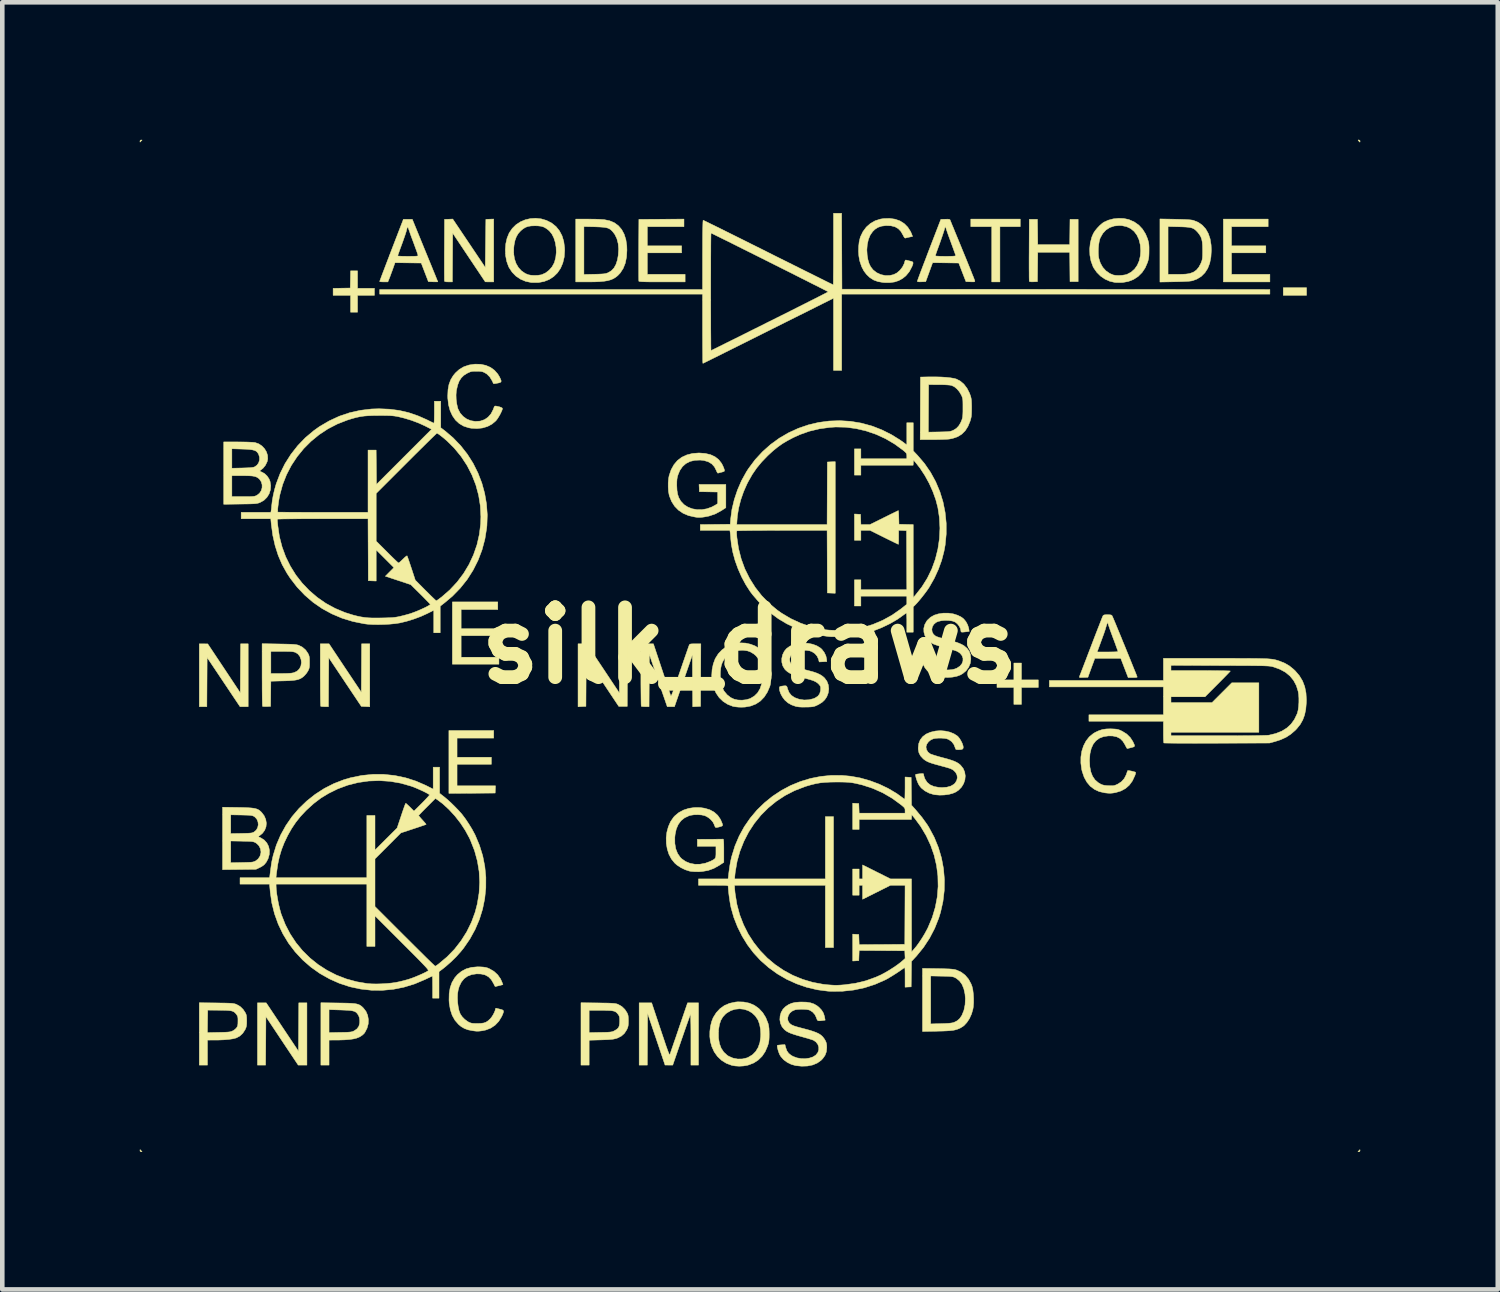
<source format=kicad_pcb>
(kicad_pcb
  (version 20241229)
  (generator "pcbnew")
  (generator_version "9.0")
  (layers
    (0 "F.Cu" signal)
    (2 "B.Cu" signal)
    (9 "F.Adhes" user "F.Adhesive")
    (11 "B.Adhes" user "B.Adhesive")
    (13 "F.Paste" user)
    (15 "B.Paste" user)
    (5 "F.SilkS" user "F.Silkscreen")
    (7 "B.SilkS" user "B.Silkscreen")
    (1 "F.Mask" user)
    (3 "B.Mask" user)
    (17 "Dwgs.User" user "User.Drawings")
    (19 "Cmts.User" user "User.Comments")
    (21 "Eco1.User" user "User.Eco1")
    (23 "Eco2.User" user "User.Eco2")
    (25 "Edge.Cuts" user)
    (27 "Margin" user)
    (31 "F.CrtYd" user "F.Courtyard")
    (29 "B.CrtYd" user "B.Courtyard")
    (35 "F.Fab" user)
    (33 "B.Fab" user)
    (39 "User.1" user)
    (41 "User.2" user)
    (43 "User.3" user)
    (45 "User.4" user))
  (footprint "silk_draws"
    (layer "F.Cu")
    (at 13.314 11.041)
    (property "Reference" "silk_draws" (at 0 0 0) (layer "F.SilkS") (effects (font (size 1.524 1.524) (thickness 0.3))))
    (attr through_hole)
    (fp_poly (pts (xy 12.154 -7.645) (xy 11.646 -7.645) (xy 11.646 -7.811) (xy 12.154 -7.811) (xy 12.154 -7.645)) (stroke (width 0.01) (type solid)) (fill yes) (layer "F.SilkS"))
    (fp_poly (pts (xy 5.905 -9.144) (xy 5.461 -9.144) (xy 5.461 -7.938) (xy 5.283 -7.938) (xy 5.283 -9.144) (xy 4.826 -9.144) (xy 4.826 -9.309) (xy 5.905 -9.309) (xy 5.905 -9.144)) (stroke (width 0.01) (type solid)) (fill yes) (layer "F.SilkS"))
    (fp_poly (pts (xy 13.318 -11.027) (xy 13.322 -11.011) (xy 13.321 -10.991) (xy 13.315 -10.99) (xy 13.298 -11.008) (xy 13.294 -11.012) (xy 13.279 -11.03) (xy 13.283 -11.036) (xy 13.297 -11.036) (xy 13.318 -11.027)) (stroke (width 0.01) (type solid)) (fill yes) (layer "F.SilkS"))
    (fp_poly (pts (xy -13.299 11.008) (xy -13.298 11.009) (xy -13.277 11.032) (xy -13.27 11.038) (xy -13.263 11.046) (xy -13.279 11.049) (xy -13.281 11.049) (xy -13.304 11.042) (xy -13.309 11.02) (xy -13.307 11.002) (xy -13.299 11.008)) (stroke (width 0.01) (type solid)) (fill yes) (layer "F.SilkS"))
    (fp_poly (pts (xy -13.263 -11.034) (xy -13.268 -11.026) (xy -13.27 -11.025) (xy -13.293 -11.004) (xy -13.298 -10.997) (xy -13.307 -10.989) (xy -13.309 -11.005) (xy -13.309 -11.008) (xy -13.303 -11.03) (xy -13.281 -11.036) (xy -13.263 -11.034)) (stroke (width 0.01) (type solid)) (fill yes) (layer "F.SilkS"))
    (fp_poly (pts (xy 13.322 11.018) (xy 13.322 11.02) (xy 13.315 11.043) (xy 13.294 11.049) (xy 13.276 11.046) (xy 13.281 11.039) (xy 13.283 11.038) (xy 13.305 11.017) (xy 13.311 11.009) (xy 13.319 11.002) (xy 13.322 11.018)) (stroke (width 0.01) (type solid)) (fill yes) (layer "F.SilkS"))
    (fp_poly (pts (xy -10.947 1.333) (xy -11.125 1.333) (xy -11.843 0.26) (xy -11.849 1.333) (xy -12.014 1.333) (xy -12.014 -0.038) (xy -11.83 -0.037) (xy -11.474 0.497) (xy -11.119 1.032) (xy -11.116 0.497) (xy -11.112 -0.038) (xy -10.947 -0.038) (xy -10.947 1.333)) (stroke (width 0.01) (type solid)) (fill yes) (layer "F.SilkS"))
    (fp_poly (pts (xy -5.499 -0.787) (xy -6.299 -0.787) (xy -6.299 -0.368) (xy -5.55 -0.368) (xy -5.55 -0.216) (xy -6.299 -0.216) (xy -6.299 0.254) (xy -5.474 0.254) (xy -5.474 0.406) (xy -6.49 0.406) (xy -6.49 -0.953) (xy -5.499 -0.953) (xy -5.499 -0.787)) (stroke (width 0.01) (type solid)) (fill yes) (layer "F.SilkS"))
    (fp_poly (pts (xy 5.931 0.749) (xy 6.299 0.749) (xy 6.299 0.914) (xy 5.931 0.914) (xy 5.931 1.283) (xy 5.766 1.283) (xy 5.766 0.914) (xy 5.397 0.914) (xy 5.397 0.749) (xy 5.766 0.749) (xy 5.766 0.381) (xy 5.931 0.381) (xy 5.931 0.749)) (stroke (width 0.01) (type solid)) (fill yes) (layer "F.SilkS"))
    (fp_poly (pts (xy 11.316 -9.144) (xy 10.516 -9.144) (xy 10.516 -8.725) (xy 11.265 -8.725) (xy 11.265 -8.572) (xy 10.516 -8.572) (xy 10.516 -8.103) (xy 11.354 -8.103) (xy 11.354 -7.938) (xy 10.338 -7.938) (xy 10.338 -9.309) (xy 11.316 -9.309) (xy 11.316 -9.144)) (stroke (width 0.01) (type solid)) (fill yes) (layer "F.SilkS"))
    (fp_poly (pts (xy -5.588 2.019) (xy -6.388 2.019) (xy -6.388 2.438) (xy -5.639 2.438) (xy -5.639 2.591) (xy -6.388 2.591) (xy -6.388 3.061) (xy -5.549 3.061) (xy -5.556 3.219) (xy -6.061 3.223) (xy -6.566 3.226) (xy -6.566 1.854) (xy -5.588 1.854) (xy -5.588 2.019)) (stroke (width 0.01) (type solid)) (fill yes) (layer "F.SilkS"))
    (fp_poly (pts (xy -3.202 0.498) (xy -2.845 1.035) (xy -2.845 -0.038) (xy -2.667 -0.038) (xy -2.673 1.327) (xy -2.858 1.327) (xy -3.213 0.794) (xy -3.568 0.261) (xy -3.572 0.794) (xy -3.575 1.327) (xy -3.747 1.335) (xy -3.747 -0.038) (xy -3.56 -0.038) (xy -3.202 0.498)) (stroke (width 0.01) (type solid)) (fill yes) (layer "F.SilkS"))
    (fp_poly (pts (xy -10.201 8.327) (xy -9.849 8.855) (xy -9.846 8.327) (xy -9.842 7.798) (xy -9.665 7.798) (xy -9.665 9.157) (xy -9.855 9.157) (xy -10.208 8.628) (xy -10.56 8.099) (xy -10.563 8.628) (xy -10.567 9.157) (xy -10.744 9.157) (xy -10.744 7.798) (xy -10.554 7.798) (xy -10.201 8.327)) (stroke (width 0.01) (type solid)) (fill yes) (layer "F.SilkS"))
    (fp_poly (pts (xy -8.56 -7.798) (xy -8.191 -7.798) (xy -8.191 -7.645) (xy -8.56 -7.645) (xy -8.56 -7.277) (xy -8.712 -7.277) (xy -8.712 -7.645) (xy -9.093 -7.645) (xy -9.093 -7.797) (xy -8.906 -7.801) (xy -8.719 -7.804) (xy -8.715 -7.991) (xy -8.712 -8.179) (xy -8.56 -8.179) (xy -8.56 -7.798)) (stroke (width 0.01) (type solid)) (fill yes) (layer "F.SilkS"))
    (fp_poly (pts (xy -8.83 0.491) (xy -8.477 1.019) (xy -8.474 0.491) (xy -8.471 -0.038) (xy -8.293 -0.038) (xy -8.293 1.335) (xy -8.477 1.327) (xy -8.833 0.795) (xy -9.188 0.264) (xy -9.192 0.799) (xy -9.195 1.333) (xy -9.275 1.333) (xy -9.318 1.332) (xy -9.351 1.329) (xy -9.364 1.325) (xy -9.366 1.311) (xy -9.367 1.274) (xy -9.369 1.216) (xy -9.37 1.14) (xy -9.371 1.049) (xy -9.372 0.943) (xy -9.372 0.827) (xy -9.373 0.701) (xy -9.373 0.639) (xy -9.373 -0.038) (xy -9.182 -0.038) (xy -8.83 0.491)) (stroke (width 0.01) (type solid)) (fill yes) (layer "F.SilkS"))
    (fp_poly (pts (xy 6.284 -9.027) (xy 6.287 -8.75) (xy 6.985 -8.75) (xy 6.991 -9.303) (xy 7.169 -9.303) (xy 7.169 -7.944) (xy 6.991 -7.944) (xy 6.988 -8.265) (xy 6.985 -8.585) (xy 6.287 -8.585) (xy 6.28 -7.944) (xy 6.194 -7.94) (xy 6.143 -7.94) (xy 6.113 -7.944) (xy 6.102 -7.953) (xy 6.101 -7.968) (xy 6.1 -8.007) (xy 6.099 -8.066) (xy 6.099 -8.143) (xy 6.098 -8.236) (xy 6.098 -8.342) (xy 6.098 -8.459) (xy 6.099 -8.585) (xy 6.099 -8.636) (xy 6.102 -9.303) (xy 6.28 -9.303) (xy 6.284 -9.027)) (stroke (width 0.01) (type solid)) (fill yes) (layer "F.SilkS"))
    (fp_poly (pts (xy -5.588 -7.938) (xy -5.68 -7.938) (xy -5.772 -7.939) (xy -6.128 -8.471) (xy -6.483 -9.003) (xy -6.49 -7.938) (xy -6.573 -7.938) (xy -6.626 -7.94) (xy -6.656 -7.948) (xy -6.662 -7.953) (xy -6.663 -7.969) (xy -6.664 -8.007) (xy -6.664 -8.066) (xy -6.665 -8.143) (xy -6.665 -8.236) (xy -6.665 -8.342) (xy -6.665 -8.459) (xy -6.665 -8.584) (xy -6.664 -8.636) (xy -6.661 -9.303) (xy -6.572 -9.306) (xy -6.482 -9.31) (xy -6.127 -8.782) (xy -5.772 -8.253) (xy -5.759 -9.303) (xy -5.674 -9.307) (xy -5.588 -9.31) (xy -5.588 -7.938)) (stroke (width 0.01) (type solid)) (fill yes) (layer "F.SilkS"))
    (fp_poly (pts (xy -1.435 -9.144) (xy -2.235 -9.144) (xy -2.235 -8.725) (xy -1.486 -8.725) (xy -1.486 -8.572) (xy -2.235 -8.572) (xy -2.235 -8.103) (xy -1.41 -8.103) (xy -1.41 -7.938) (xy -1.912 -7.938) (xy -2.044 -7.938) (xy -2.153 -7.938) (xy -2.24 -7.939) (xy -2.308 -7.941) (xy -2.358 -7.943) (xy -2.392 -7.946) (xy -2.412 -7.949) (xy -2.42 -7.953) (xy -2.42 -7.953) (xy -2.421 -7.969) (xy -2.422 -8.007) (xy -2.423 -8.066) (xy -2.423 -8.143) (xy -2.423 -8.236) (xy -2.423 -8.342) (xy -2.423 -8.459) (xy -2.423 -8.584) (xy -2.423 -8.636) (xy -2.419 -9.303) (xy -1.927 -9.306) (xy -1.435 -9.309) (xy -1.435 -9.144)) (stroke (width 0.01) (type solid)) (fill yes) (layer "F.SilkS"))
    (fp_poly (pts (xy -1.947 8.378) (xy -1.901 8.514) (xy -1.863 8.627) (xy -1.832 8.72) (xy -1.806 8.793) (xy -1.786 8.849) (xy -1.77 8.889) (xy -1.758 8.915) (xy -1.75 8.928) (xy -1.745 8.931) (xy -1.743 8.927) (xy -1.736 8.909) (xy -1.723 8.87) (xy -1.703 8.811) (xy -1.677 8.736) (xy -1.647 8.648) (xy -1.612 8.548) (xy -1.575 8.439) (xy -1.544 8.347) (xy -1.356 7.798) (xy -1.118 7.798) (xy -1.118 9.157) (xy -1.283 9.157) (xy -1.283 8.595) (xy -1.283 8.476) (xy -1.284 8.367) (xy -1.285 8.271) (xy -1.287 8.189) (xy -1.288 8.124) (xy -1.29 8.079) (xy -1.293 8.055) (xy -1.294 8.052) (xy -1.301 8.067) (xy -1.314 8.105) (xy -1.334 8.161) (xy -1.36 8.233) (xy -1.391 8.32) (xy -1.425 8.418) (xy -1.462 8.525) (xy -1.493 8.614) (xy -1.68 9.157) (xy -1.848 9.156) (xy -2.038 8.592) (xy -2.229 8.028) (xy -2.232 8.592) (xy -2.235 9.157) (xy -2.413 9.157) (xy -2.413 7.798) (xy -2.14 7.798) (xy -1.947 8.378)) (stroke (width 0.01) (type solid)) (fill yes) (layer "F.SilkS"))
    (fp_poly (pts (xy -8.988 7.801) (xy -8.868 7.803) (xy -8.771 7.805) (xy -8.692 7.809) (xy -8.63 7.814) (xy -8.581 7.822) (xy -8.542 7.833) (xy -8.509 7.848) (xy -8.481 7.867) (xy -8.453 7.891) (xy -8.431 7.913) (xy -8.375 7.986) (xy -8.339 8.071) (xy -8.323 8.163) (xy -8.327 8.258) (xy -8.352 8.351) (xy -8.397 8.439) (xy -8.414 8.464) (xy -8.447 8.496) (xy -8.493 8.529) (xy -8.526 8.547) (xy -8.582 8.569) (xy -8.652 8.586) (xy -8.737 8.598) (xy -8.84 8.606) (xy -8.965 8.61) (xy -9.02 8.61) (xy -9.182 8.611) (xy -9.182 9.157) (xy -9.36 9.157) (xy -9.36 8.448) (xy -9.182 8.448) (xy -8.937 8.443) (xy -8.852 8.442) (xy -8.788 8.44) (xy -8.74 8.437) (xy -8.705 8.433) (xy -8.679 8.428) (xy -8.657 8.42) (xy -8.634 8.409) (xy -8.63 8.407) (xy -8.57 8.364) (xy -8.531 8.309) (xy -8.513 8.239) (xy -8.512 8.183) (xy -8.52 8.122) (xy -8.538 8.074) (xy -8.55 8.055) (xy -8.57 8.027) (xy -8.593 8.004) (xy -8.62 7.988) (xy -8.656 7.976) (xy -8.704 7.967) (xy -8.767 7.961) (xy -8.85 7.957) (xy -8.928 7.954) (xy -9.182 7.946) (xy -9.182 8.448) (xy -9.36 8.448) (xy -9.36 7.796) (xy -8.988 7.801)) (stroke (width 0.01) (type solid)) (fill yes) (layer "F.SilkS"))
    (fp_poly (pts (xy -3.54 -9.309) (xy -3.453 -9.308) (xy -3.367 -9.307) (xy -3.288 -9.304) (xy -3.222 -9.3) (xy -3.176 -9.297) (xy -3.057 -9.272) (xy -2.953 -9.228) (xy -2.866 -9.164) (xy -2.795 -9.081) (xy -2.741 -8.98) (xy -2.703 -8.861) (xy -2.683 -8.725) (xy -2.68 -8.63) (xy -2.689 -8.48) (xy -2.716 -8.347) (xy -2.762 -8.232) (xy -2.826 -8.133) (xy -2.879 -8.077) (xy -2.925 -8.04) (xy -2.975 -8.009) (xy -3.031 -7.985) (xy -3.097 -7.966) (xy -3.176 -7.953) (xy -3.271 -7.944) (xy -3.384 -7.939) (xy -3.519 -7.938) (xy -3.538 -7.938) (xy -3.797 -7.938) (xy -3.797 -8.1) (xy -3.619 -8.1) (xy -3.388 -8.105) (xy -3.303 -8.107) (xy -3.24 -8.11) (xy -3.193 -8.113) (xy -3.157 -8.118) (xy -3.128 -8.125) (xy -3.102 -8.134) (xy -3.089 -8.14) (xy -3.019 -8.182) (xy -2.962 -8.242) (xy -2.919 -8.32) (xy -2.887 -8.419) (xy -2.869 -8.522) (xy -2.861 -8.653) (xy -2.871 -8.773) (xy -2.899 -8.881) (xy -2.944 -8.974) (xy -2.999 -9.045) (xy -3.03 -9.074) (xy -3.061 -9.096) (xy -3.096 -9.112) (xy -3.138 -9.123) (xy -3.193 -9.131) (xy -3.264 -9.136) (xy -3.355 -9.14) (xy -3.388 -9.141) (xy -3.619 -9.146) (xy -3.619 -8.1) (xy -3.797 -8.1) (xy -3.797 -9.309) (xy -3.54 -9.309)) (stroke (width 0.01) (type solid)) (fill yes) (layer "F.SilkS"))
    (fp_poly (pts (xy -1.919 0.511) (xy -1.881 0.625) (xy -1.845 0.732) (xy -1.813 0.83) (xy -1.784 0.917) (xy -1.759 0.989) (xy -1.741 1.044) (xy -1.729 1.08) (xy -1.724 1.092) (xy -1.72 1.097) (xy -1.715 1.093) (xy -1.706 1.08) (xy -1.695 1.054) (xy -1.679 1.015) (xy -1.659 0.961) (xy -1.633 0.889) (xy -1.601 0.798) (xy -1.563 0.687) (xy -1.523 0.572) (xy -1.484 0.458) (xy -1.447 0.35) (xy -1.413 0.252) (xy -1.383 0.166) (xy -1.358 0.094) (xy -1.339 0.039) (xy -1.326 0.004) (xy -1.321 -0.01) (xy -1.314 -0.023) (xy -1.302 -0.031) (xy -1.28 -0.036) (xy -1.243 -0.038) (xy -1.188 -0.038) (xy -1.067 -0.038) (xy -1.073 1.327) (xy -1.244 1.335) (xy -1.248 0.769) (xy -1.251 0.204) (xy -1.447 0.769) (xy -1.642 1.333) (xy -1.8 1.333) (xy -1.889 1.076) (xy -1.92 0.987) (xy -1.956 0.88) (xy -1.995 0.766) (xy -2.034 0.65) (xy -2.071 0.542) (xy -2.084 0.505) (xy -2.191 0.192) (xy -2.194 0.763) (xy -2.197 1.333) (xy -2.278 1.333) (xy -2.321 1.332) (xy -2.353 1.329) (xy -2.366 1.325) (xy -2.368 1.311) (xy -2.37 1.274) (xy -2.371 1.216) (xy -2.372 1.14) (xy -2.373 1.049) (xy -2.374 0.943) (xy -2.375 0.827) (xy -2.375 0.701) (xy -2.375 0.639) (xy -2.375 -0.038) (xy -2.102 -0.038) (xy -1.919 0.511)) (stroke (width 0.01) (type solid)) (fill yes) (layer "F.SilkS"))
    (fp_poly (pts (xy 9.287 -9.306) (xy 9.403 -9.303) (xy 9.497 -9.3) (xy 9.571 -9.296) (xy 9.626 -9.291) (xy 9.667 -9.285) (xy 9.687 -9.28) (xy 9.792 -9.237) (xy 9.88 -9.175) (xy 9.953 -9.094) (xy 10.009 -8.995) (xy 10.049 -8.878) (xy 10.071 -8.744) (xy 10.076 -8.63) (xy 10.067 -8.48) (xy 10.041 -8.348) (xy 9.997 -8.233) (xy 9.935 -8.137) (xy 9.857 -8.059) (xy 9.761 -8) (xy 9.671 -7.966) (xy 9.639 -7.959) (xy 9.59 -7.953) (xy 9.524 -7.949) (xy 9.438 -7.945) (xy 9.329 -7.942) (xy 9.281 -7.941) (xy 8.954 -7.935) (xy 8.954 -8.103) (xy 9.131 -8.103) (xy 9.332 -8.103) (xy 9.435 -8.104) (xy 9.516 -8.108) (xy 9.578 -8.116) (xy 9.608 -8.122) (xy 9.686 -8.151) (xy 9.751 -8.197) (xy 9.804 -8.261) (xy 9.849 -8.346) (xy 9.857 -8.367) (xy 9.869 -8.399) (xy 9.877 -8.43) (xy 9.882 -8.466) (xy 9.885 -8.512) (xy 9.886 -8.575) (xy 9.886 -8.63) (xy 9.884 -8.729) (xy 9.878 -8.807) (xy 9.865 -8.871) (xy 9.845 -8.925) (xy 9.815 -8.974) (xy 9.776 -9.024) (xy 9.772 -9.028) (xy 9.739 -9.062) (xy 9.708 -9.088) (xy 9.674 -9.107) (xy 9.633 -9.121) (xy 9.581 -9.13) (xy 9.514 -9.136) (xy 9.428 -9.14) (xy 9.369 -9.141) (xy 9.131 -9.147) (xy 9.131 -8.103) (xy 8.954 -8.103) (xy 8.954 -9.312) (xy 9.287 -9.306)) (stroke (width 0.01) (type solid)) (fill yes) (layer "F.SilkS"))
    (fp_poly (pts (xy 4.105 7.051) (xy 4.209 7.053) (xy 4.292 7.056) (xy 4.356 7.058) (xy 4.406 7.062) (xy 4.444 7.066) (xy 4.476 7.071) (xy 4.503 7.079) (xy 4.517 7.083) (xy 4.617 7.129) (xy 4.703 7.195) (xy 4.776 7.281) (xy 4.831 7.383) (xy 4.853 7.44) (xy 4.87 7.513) (xy 4.881 7.603) (xy 4.887 7.701) (xy 4.887 7.798) (xy 4.88 7.887) (xy 4.872 7.936) (xy 4.841 8.043) (xy 4.796 8.142) (xy 4.74 8.227) (xy 4.676 8.296) (xy 4.605 8.343) (xy 4.603 8.344) (xy 4.562 8.363) (xy 4.522 8.378) (xy 4.48 8.39) (xy 4.432 8.399) (xy 4.374 8.405) (xy 4.303 8.41) (xy 4.215 8.414) (xy 4.105 8.416) (xy 4.093 8.417) (xy 3.772 8.423) (xy 3.772 8.258) (xy 3.95 8.258) (xy 4.175 8.252) (xy 4.269 8.249) (xy 4.341 8.245) (xy 4.394 8.239) (xy 4.434 8.232) (xy 4.457 8.225) (xy 4.528 8.19) (xy 4.583 8.142) (xy 4.628 8.076) (xy 4.632 8.069) (xy 4.676 7.96) (xy 4.701 7.837) (xy 4.707 7.706) (xy 4.699 7.607) (xy 4.674 7.492) (xy 4.634 7.395) (xy 4.579 7.319) (xy 4.509 7.262) (xy 4.486 7.25) (xy 4.463 7.239) (xy 4.44 7.231) (xy 4.412 7.226) (xy 4.375 7.222) (xy 4.325 7.219) (xy 4.257 7.217) (xy 4.188 7.216) (xy 3.95 7.211) (xy 3.95 8.258) (xy 3.772 8.258) (xy 3.772 7.046) (xy 4.105 7.051)) (stroke (width 0.01) (type solid)) (fill yes) (layer "F.SilkS"))
    (fp_poly (pts (xy -3.312 7.8) (xy -3.204 7.802) (xy -3.118 7.803) (xy -3.051 7.805) (xy -2.999 7.808) (xy -2.96 7.811) (xy -2.93 7.815) (xy -2.906 7.82) (xy -2.884 7.827) (xy -2.87 7.833) (xy -2.791 7.878) (xy -2.724 7.943) (xy -2.678 8.014) (xy -2.663 8.046) (xy -2.654 8.079) (xy -2.65 8.12) (xy -2.648 8.178) (xy -2.648 8.191) (xy -2.649 8.252) (xy -2.653 8.296) (xy -2.661 8.331) (xy -2.675 8.366) (xy -2.684 8.385) (xy -2.735 8.464) (xy -2.804 8.525) (xy -2.89 8.568) (xy -2.908 8.574) (xy -2.943 8.583) (xy -2.981 8.591) (xy -3.028 8.596) (xy -3.087 8.601) (xy -3.163 8.604) (xy -3.248 8.607) (xy -3.505 8.614) (xy -3.505 9.157) (xy -3.683 9.157) (xy -3.683 7.963) (xy -3.505 7.963) (xy -3.505 8.448) (xy -3.261 8.443) (xy -3.175 8.442) (xy -3.111 8.44) (xy -3.063 8.437) (xy -3.028 8.433) (xy -3.002 8.428) (xy -2.979 8.42) (xy -2.956 8.409) (xy -2.953 8.407) (xy -2.902 8.377) (xy -2.868 8.345) (xy -2.849 8.304) (xy -2.84 8.249) (xy -2.838 8.199) (xy -2.839 8.146) (xy -2.843 8.109) (xy -2.851 8.083) (xy -2.866 8.058) (xy -2.875 8.046) (xy -2.897 8.02) (xy -2.919 8) (xy -2.946 7.985) (xy -2.981 7.975) (xy -3.027 7.968) (xy -3.089 7.965) (xy -3.169 7.963) (xy -3.251 7.963) (xy -3.505 7.963) (xy -3.683 7.963) (xy -3.683 7.796) (xy -3.312 7.8)) (stroke (width 0.01) (type solid)) (fill yes) (layer "F.SilkS"))
    (fp_poly (pts (xy -11.643 7.8) (xy -11.535 7.802) (xy -11.449 7.803) (xy -11.382 7.805) (xy -11.331 7.807) (xy -11.292 7.81) (xy -11.262 7.815) (xy -11.238 7.82) (xy -11.216 7.827) (xy -11.201 7.833) (xy -11.122 7.878) (xy -11.055 7.944) (xy -11.009 8.014) (xy -10.994 8.046) (xy -10.985 8.079) (xy -10.981 8.12) (xy -10.979 8.178) (xy -10.979 8.191) (xy -10.98 8.252) (xy -10.984 8.296) (xy -10.992 8.331) (xy -11.006 8.366) (xy -11.015 8.385) (xy -11.065 8.462) (xy -11.131 8.523) (xy -11.207 8.564) (xy -11.215 8.566) (xy -11.281 8.583) (xy -11.37 8.596) (xy -11.476 8.605) (xy -11.598 8.61) (xy -11.668 8.61) (xy -11.836 8.611) (xy -11.836 9.157) (xy -12.014 9.157) (xy -12.014 8.448) (xy -11.837 8.448) (xy -11.592 8.443) (xy -11.505 8.441) (xy -11.439 8.439) (xy -11.39 8.436) (xy -11.353 8.432) (xy -11.325 8.426) (xy -11.301 8.417) (xy -11.289 8.412) (xy -11.247 8.387) (xy -11.211 8.355) (xy -11.2 8.342) (xy -11.184 8.316) (xy -11.175 8.289) (xy -11.171 8.251) (xy -11.17 8.197) (xy -11.17 8.144) (xy -11.174 8.108) (xy -11.183 8.082) (xy -11.199 8.056) (xy -11.206 8.046) (xy -11.229 8.02) (xy -11.252 7.999) (xy -11.28 7.984) (xy -11.316 7.973) (xy -11.365 7.966) (xy -11.429 7.962) (xy -11.512 7.96) (xy -11.581 7.959) (xy -11.83 7.957) (xy -11.834 8.202) (xy -11.837 8.448) (xy -12.014 8.448) (xy -12.014 7.796) (xy -11.643 7.8)) (stroke (width 0.01) (type solid)) (fill yes) (layer "F.SilkS"))
    (fp_poly (pts (xy -10.277 -0.035) (xy -10.167 -0.033) (xy -10.079 -0.031) (xy -10.01 -0.029) (xy -9.957 -0.026) (xy -9.916 -0.022) (xy -9.885 -0.017) (xy -9.859 -0.011) (xy -9.846 -0.007) (xy -9.763 0.035) (xy -9.692 0.097) (xy -9.642 0.17) (xy -9.626 0.203) (xy -9.616 0.234) (xy -9.61 0.269) (xy -9.608 0.317) (xy -9.608 0.362) (xy -9.608 0.423) (xy -9.611 0.467) (xy -9.618 0.5) (xy -9.63 0.53) (xy -9.642 0.554) (xy -9.672 0.601) (xy -9.712 0.648) (xy -9.734 0.67) (xy -9.769 0.698) (xy -9.807 0.721) (xy -9.85 0.738) (xy -9.901 0.751) (xy -9.965 0.76) (xy -10.046 0.766) (xy -10.147 0.77) (xy -10.195 0.771) (xy -10.452 0.778) (xy -10.455 1.052) (xy -10.458 1.327) (xy -10.542 1.331) (xy -10.585 1.331) (xy -10.619 1.329) (xy -10.634 1.326) (xy -10.635 1.311) (xy -10.637 1.274) (xy -10.638 1.217) (xy -10.64 1.141) (xy -10.641 1.049) (xy -10.642 0.943) (xy -10.642 0.826) (xy -10.643 0.701) (xy -10.643 0.638) (xy -10.643 0.61) (xy -10.452 0.61) (xy -10.232 0.61) (xy -10.133 0.609) (xy -10.057 0.606) (xy -9.999 0.601) (xy -9.957 0.593) (xy -9.949 0.591) (xy -9.88 0.559) (xy -9.829 0.509) (xy -9.797 0.446) (xy -9.785 0.373) (xy -9.792 0.308) (xy -9.819 0.236) (xy -9.862 0.183) (xy -9.911 0.151) (xy -9.933 0.143) (xy -9.958 0.137) (xy -9.99 0.132) (xy -10.035 0.129) (xy -10.095 0.128) (xy -10.175 0.127) (xy -10.208 0.127) (xy -10.452 0.127) (xy -10.452 0.61) (xy -10.643 0.61) (xy -10.643 -0.041) (xy -10.277 -0.035)) (stroke (width 0.01) (type solid)) (fill yes) (layer "F.SilkS"))
    (fp_poly (pts (xy 4.176 -5.862) (xy 4.288 -5.855) (xy 4.385 -5.844) (xy 4.463 -5.831) (xy 4.512 -5.817) (xy 4.599 -5.771) (xy 4.677 -5.703) (xy 4.743 -5.616) (xy 4.797 -5.511) (xy 4.822 -5.442) (xy 4.832 -5.402) (xy 4.839 -5.357) (xy 4.842 -5.301) (xy 4.844 -5.229) (xy 4.844 -5.182) (xy 4.843 -5.105) (xy 4.841 -5.047) (xy 4.837 -5.002) (xy 4.829 -4.963) (xy 4.818 -4.923) (xy 4.811 -4.899) (xy 4.763 -4.783) (xy 4.703 -4.689) (xy 4.629 -4.615) (xy 4.54 -4.56) (xy 4.434 -4.523) (xy 4.366 -4.509) (xy 4.329 -4.505) (xy 4.272 -4.502) (xy 4.2 -4.499) (xy 4.118 -4.497) (xy 4.031 -4.496) (xy 4.004 -4.496) (xy 3.721 -4.496) (xy 3.722 -4.659) (xy 3.899 -4.659) (xy 4.137 -4.663) (xy 4.221 -4.665) (xy 4.284 -4.667) (xy 4.331 -4.67) (xy 4.366 -4.674) (xy 4.394 -4.68) (xy 4.419 -4.689) (xy 4.445 -4.7) (xy 4.447 -4.701) (xy 4.51 -4.74) (xy 4.561 -4.793) (xy 4.604 -4.864) (xy 4.625 -4.913) (xy 4.636 -4.943) (xy 4.644 -4.973) (xy 4.649 -5.007) (xy 4.652 -5.051) (xy 4.654 -5.11) (xy 4.654 -5.188) (xy 4.654 -5.265) (xy 4.653 -5.321) (xy 4.651 -5.363) (xy 4.646 -5.394) (xy 4.639 -5.421) (xy 4.628 -5.449) (xy 4.618 -5.47) (xy 4.576 -5.541) (xy 4.523 -5.603) (xy 4.464 -5.651) (xy 4.405 -5.678) (xy 4.368 -5.685) (xy 4.308 -5.69) (xy 4.23 -5.694) (xy 4.136 -5.695) (xy 4.128 -5.695) (xy 3.905 -5.696) (xy 3.902 -5.177) (xy 3.899 -4.659) (xy 3.722 -4.659) (xy 3.724 -5.178) (xy 3.727 -5.861) (xy 3.918 -5.865) (xy 4.051 -5.865) (xy 4.176 -5.862)) (stroke (width 0.01) (type solid)) (fill yes) (layer "F.SilkS"))
    (fp_poly (pts (xy -4.551 -9.314) (xy -4.436 -9.28) (xy -4.326 -9.224) (xy -4.32 -9.22) (xy -4.228 -9.146) (xy -4.154 -9.054) (xy -4.097 -8.946) (xy -4.059 -8.823) (xy -4.041 -8.685) (xy -4.039 -8.622) (xy -4.049 -8.479) (xy -4.08 -8.35) (xy -4.129 -8.235) (xy -4.196 -8.136) (xy -4.279 -8.055) (xy -4.377 -7.991) (xy -4.488 -7.947) (xy -4.612 -7.924) (xy -4.747 -7.924) (xy -4.769 -7.925) (xy -4.89 -7.95) (xy -5.002 -7.997) (xy -5.102 -8.064) (xy -5.186 -8.15) (xy -5.253 -8.252) (xy -5.263 -8.272) (xy -5.304 -8.386) (xy -5.328 -8.511) (xy -5.33 -8.557) (xy -5.152 -8.557) (xy -5.135 -8.443) (xy -5.1 -8.34) (xy -5.048 -8.251) (xy -4.98 -8.177) (xy -4.899 -8.122) (xy -4.835 -8.095) (xy -4.774 -8.083) (xy -4.699 -8.079) (xy -4.623 -8.082) (xy -4.555 -8.092) (xy -4.539 -8.096) (xy -4.455 -8.134) (xy -4.379 -8.193) (xy -4.314 -8.267) (xy -4.267 -8.353) (xy -4.26 -8.372) (xy -4.233 -8.475) (xy -4.222 -8.584) (xy -4.226 -8.693) (xy -4.244 -8.8) (xy -4.275 -8.898) (xy -4.318 -8.983) (xy -4.372 -9.05) (xy -4.383 -9.06) (xy -4.441 -9.105) (xy -4.494 -9.135) (xy -4.552 -9.153) (xy -4.621 -9.161) (xy -4.686 -9.163) (xy -4.772 -9.16) (xy -4.839 -9.149) (xy -4.896 -9.128) (xy -4.95 -9.094) (xy -4.998 -9.054) (xy -5.052 -8.994) (xy -5.093 -8.925) (xy -5.123 -8.843) (xy -5.143 -8.744) (xy -5.15 -8.68) (xy -5.152 -8.557) (xy -5.33 -8.557) (xy -5.334 -8.641) (xy -5.324 -8.771) (xy -5.296 -8.894) (xy -5.251 -9.004) (xy -5.249 -9.008) (xy -5.183 -9.105) (xy -5.101 -9.186) (xy -5.005 -9.249) (xy -4.899 -9.294) (xy -4.786 -9.32) (xy -4.669 -9.327) (xy -4.551 -9.314)) (stroke (width 0.01) (type solid)) (fill yes) (layer "F.SilkS"))
    (fp_poly (pts (xy -7.086 -8.623) (xy -7.035 -8.499) (xy -6.987 -8.382) (xy -6.943 -8.275) (xy -6.904 -8.178) (xy -6.87 -8.096) (xy -6.843 -8.028) (xy -6.823 -7.979) (xy -6.811 -7.949) (xy -6.807 -7.94) (xy -6.819 -7.939) (xy -6.85 -7.939) (xy -6.895 -7.94) (xy -6.91 -7.94) (xy -7.014 -7.944) (xy -7.092 -8.147) (xy -7.17 -8.35) (xy -7.742 -8.357) (xy -7.797 -8.201) (xy -7.821 -8.137) (xy -7.843 -8.076) (xy -7.862 -8.026) (xy -7.876 -7.992) (xy -7.876 -7.991) (xy -7.898 -7.938) (xy -7.988 -7.938) (xy -8.032 -7.939) (xy -8.064 -7.942) (xy -8.077 -7.947) (xy -8.077 -7.948) (xy -8.073 -7.961) (xy -8.06 -7.996) (xy -8.04 -8.051) (xy -8.013 -8.123) (xy -7.98 -8.209) (xy -7.942 -8.309) (xy -7.9 -8.419) (xy -7.866 -8.507) (xy -7.684 -8.507) (xy -7.671 -8.503) (xy -7.638 -8.5) (xy -7.587 -8.498) (xy -7.524 -8.497) (xy -7.461 -8.496) (xy -7.378 -8.497) (xy -7.318 -8.498) (xy -7.277 -8.5) (xy -7.252 -8.504) (xy -7.241 -8.509) (xy -7.239 -8.513) (xy -7.243 -8.53) (xy -7.255 -8.567) (xy -7.273 -8.619) (xy -7.297 -8.684) (xy -7.323 -8.756) (xy -7.326 -8.764) (xy -7.355 -8.842) (xy -7.383 -8.917) (xy -7.407 -8.983) (xy -7.425 -9.037) (xy -7.437 -9.07) (xy -7.45 -9.108) (xy -7.461 -9.132) (xy -7.468 -9.138) (xy -7.475 -9.123) (xy -7.484 -9.092) (xy -7.492 -9.059) (xy -7.502 -9.024) (xy -7.519 -8.971) (xy -7.542 -8.904) (xy -7.568 -8.829) (xy -7.596 -8.752) (xy -7.623 -8.679) (xy -7.646 -8.615) (xy -7.665 -8.562) (xy -7.678 -8.525) (xy -7.683 -8.507) (xy -7.684 -8.507) (xy -7.866 -8.507) (xy -7.854 -8.539) (xy -7.819 -8.631) (xy -7.56 -9.303) (xy -7.364 -9.303) (xy -7.086 -8.623)) (stroke (width 0.01) (type solid)) (fill yes) (layer "F.SilkS"))
    (fp_poly (pts (xy -0.129 7.78) (xy -0.007 7.805) (xy 0.103 7.853) (xy 0.2 7.922) (xy 0.283 8.011) (xy 0.35 8.119) (xy 0.4 8.245) (xy 0.402 8.249) (xy 0.413 8.298) (xy 0.421 8.354) (xy 0.424 8.426) (xy 0.425 8.484) (xy 0.424 8.555) (xy 0.421 8.608) (xy 0.415 8.652) (xy 0.406 8.692) (xy 0.391 8.738) (xy 0.39 8.742) (xy 0.337 8.864) (xy 0.269 8.965) (xy 0.185 9.047) (xy 0.086 9.111) (xy -0.032 9.156) (xy -0.057 9.163) (xy -0.138 9.176) (xy -0.229 9.181) (xy -0.32 9.175) (xy -0.392 9.162) (xy -0.51 9.118) (xy -0.614 9.053) (xy -0.703 8.969) (xy -0.775 8.868) (xy -0.828 8.751) (xy -0.859 8.64) (xy -0.871 8.535) (xy -0.87 8.429) (xy -0.682 8.429) (xy -0.681 8.566) (xy -0.661 8.686) (xy -0.623 8.789) (xy -0.566 8.874) (xy -0.491 8.943) (xy -0.46 8.963) (xy -0.366 9.004) (xy -0.264 9.024) (xy -0.162 9.023) (xy -0.064 9) (xy -0.034 8.988) (xy 0.058 8.933) (xy 0.131 8.86) (xy 0.185 8.771) (xy 0.222 8.664) (xy 0.239 8.54) (xy 0.241 8.48) (xy 0.235 8.371) (xy 0.216 8.27) (xy 0.186 8.184) (xy 0.178 8.167) (xy 0.121 8.083) (xy 0.049 8.016) (xy -0.034 7.968) (xy -0.126 7.938) (xy -0.222 7.928) (xy -0.32 7.938) (xy -0.414 7.968) (xy -0.501 8.02) (xy -0.528 8.042) (xy -0.587 8.106) (xy -0.631 8.181) (xy -0.661 8.272) (xy -0.679 8.38) (xy -0.682 8.429) (xy -0.87 8.429) (xy -0.87 8.422) (xy -0.856 8.309) (xy -0.83 8.204) (xy -0.798 8.122) (xy -0.73 8.013) (xy -0.647 7.924) (xy -0.55 7.855) (xy -0.438 7.808) (xy -0.311 7.781) (xy -0.26 7.776) (xy -0.129 7.78)) (stroke (width 0.01) (type solid)) (fill yes) (layer "F.SilkS"))
    (fp_poly (pts (xy -0.972 -4.194) (xy -0.856 -4.167) (xy -0.757 -4.121) (xy -0.676 -4.057) (xy -0.613 -3.975) (xy -0.59 -3.931) (xy -0.571 -3.888) (xy -0.557 -3.85) (xy -0.553 -3.835) (xy -0.55 -3.816) (xy -0.557 -3.804) (xy -0.58 -3.794) (xy -0.612 -3.785) (xy -0.652 -3.775) (xy -0.682 -3.767) (xy -0.693 -3.763) (xy -0.704 -3.771) (xy -0.719 -3.797) (xy -0.728 -3.82) (xy -0.77 -3.902) (xy -0.828 -3.966) (xy -0.905 -4.012) (xy -0.999 -4.04) (xy -1.08 -4.049) (xy -1.198 -4.044) (xy -1.303 -4.019) (xy -1.393 -3.973) (xy -1.467 -3.907) (xy -1.526 -3.821) (xy -1.565 -3.727) (xy -1.579 -3.68) (xy -1.587 -3.634) (xy -1.591 -3.581) (xy -1.592 -3.514) (xy -1.592 -3.493) (xy -1.587 -3.388) (xy -1.573 -3.302) (xy -1.548 -3.229) (xy -1.511 -3.163) (xy -1.5 -3.147) (xy -1.433 -3.076) (xy -1.35 -3.023) (xy -1.255 -2.986) (xy -1.152 -2.968) (xy -1.044 -2.967) (xy -0.935 -2.986) (xy -0.829 -3.024) (xy -0.752 -3.065) (xy -0.699 -3.099) (xy -0.699 -3.352) (xy -1.099 -3.359) (xy -1.102 -3.439) (xy -1.106 -3.518) (xy -0.521 -3.518) (xy -0.521 -3.009) (xy -0.615 -2.948) (xy -0.748 -2.875) (xy -0.888 -2.827) (xy -0.993 -2.807) (xy -1.048 -2.8) (xy -1.086 -2.797) (xy -1.116 -2.797) (xy -1.148 -2.799) (xy -1.189 -2.805) (xy -1.2 -2.807) (xy -1.335 -2.837) (xy -1.453 -2.887) (xy -1.555 -2.956) (xy -1.639 -3.042) (xy -1.705 -3.145) (xy -1.753 -3.266) (xy -1.759 -3.289) (xy -1.773 -3.366) (xy -1.779 -3.458) (xy -1.779 -3.554) (xy -1.771 -3.645) (xy -1.759 -3.709) (xy -1.715 -3.838) (xy -1.654 -3.948) (xy -1.577 -4.039) (xy -1.484 -4.11) (xy -1.375 -4.161) (xy -1.25 -4.193) (xy -1.111 -4.204) (xy -1.105 -4.204) (xy -0.972 -4.194)) (stroke (width 0.01) (type solid)) (fill yes) (layer "F.SilkS"))
    (fp_poly (pts (xy 3.173 -9.307) (xy 3.28 -9.269) (xy 3.372 -9.211) (xy 3.449 -9.134) (xy 3.51 -9.039) (xy 3.53 -8.994) (xy 3.555 -8.93) (xy 3.483 -8.915) (xy 3.441 -8.906) (xy 3.408 -8.897) (xy 3.395 -8.894) (xy 3.381 -8.901) (xy 3.362 -8.929) (xy 3.348 -8.957) (xy 3.301 -9.039) (xy 3.243 -9.1) (xy 3.17 -9.142) (xy 3.082 -9.163) (xy 2.977 -9.167) (xy 2.974 -9.167) (xy 2.878 -9.155) (xy 2.799 -9.128) (xy 2.731 -9.084) (xy 2.682 -9.035) (xy 2.629 -8.958) (xy 2.59 -8.862) (xy 2.566 -8.754) (xy 2.557 -8.636) (xy 2.564 -8.52) (xy 2.581 -8.42) (xy 2.605 -8.34) (xy 2.637 -8.273) (xy 2.681 -8.215) (xy 2.697 -8.197) (xy 2.773 -8.138) (xy 2.861 -8.098) (xy 2.957 -8.077) (xy 3.056 -8.078) (xy 3.14 -8.097) (xy 3.213 -8.134) (xy 3.279 -8.191) (xy 3.334 -8.261) (xy 3.373 -8.339) (xy 3.384 -8.38) (xy 3.394 -8.407) (xy 3.407 -8.417) (xy 3.408 -8.416) (xy 3.428 -8.411) (xy 3.463 -8.402) (xy 3.496 -8.394) (xy 3.536 -8.384) (xy 3.559 -8.372) (xy 3.566 -8.352) (xy 3.56 -8.32) (xy 3.541 -8.271) (xy 3.538 -8.266) (xy 3.483 -8.161) (xy 3.41 -8.073) (xy 3.338 -8.014) (xy 3.253 -7.967) (xy 3.163 -7.937) (xy 3.063 -7.923) (xy 2.948 -7.923) (xy 2.91 -7.926) (xy 2.799 -7.945) (xy 2.704 -7.98) (xy 2.62 -8.034) (xy 2.549 -8.102) (xy 2.491 -8.179) (xy 2.444 -8.269) (xy 2.407 -8.377) (xy 2.398 -8.411) (xy 2.382 -8.503) (xy 2.375 -8.606) (xy 2.378 -8.712) (xy 2.389 -8.813) (xy 2.41 -8.9) (xy 2.416 -8.92) (xy 2.472 -9.036) (xy 2.545 -9.134) (xy 2.634 -9.213) (xy 2.737 -9.272) (xy 2.853 -9.309) (xy 2.924 -9.32) (xy 3.054 -9.324) (xy 3.173 -9.307)) (stroke (width 0.01) (type solid)) (fill yes) (layer "F.SilkS"))
    (fp_poly (pts (xy 8.163 -9.322) (xy 8.266 -9.301) (xy 8.279 -9.297) (xy 8.395 -9.246) (xy 8.493 -9.177) (xy 8.574 -9.09) (xy 8.64 -8.984) (xy 8.683 -8.881) (xy 8.697 -8.834) (xy 8.707 -8.794) (xy 8.713 -8.75) (xy 8.716 -8.698) (xy 8.716 -8.627) (xy 8.716 -8.623) (xy 8.715 -8.55) (xy 8.712 -8.494) (xy 8.706 -8.449) (xy 8.696 -8.405) (xy 8.684 -8.366) (xy 8.632 -8.245) (xy 8.563 -8.142) (xy 8.478 -8.057) (xy 8.378 -7.992) (xy 8.265 -7.948) (xy 8.139 -7.925) (xy 8.003 -7.924) (xy 7.969 -7.927) (xy 7.859 -7.952) (xy 7.754 -7.999) (xy 7.658 -8.065) (xy 7.575 -8.148) (xy 7.508 -8.244) (xy 7.493 -8.274) (xy 7.449 -8.393) (xy 7.425 -8.522) (xy 7.423 -8.581) (xy 7.608 -8.581) (xy 7.612 -8.506) (xy 7.619 -8.458) (xy 7.653 -8.35) (xy 7.705 -8.257) (xy 7.775 -8.18) (xy 7.86 -8.121) (xy 7.938 -8.089) (xy 7.99 -8.08) (xy 8.057 -8.078) (xy 8.128 -8.082) (xy 8.194 -8.092) (xy 8.235 -8.103) (xy 8.324 -8.15) (xy 8.399 -8.216) (xy 8.459 -8.3) (xy 8.502 -8.399) (xy 8.527 -8.512) (xy 8.534 -8.616) (xy 8.525 -8.746) (xy 8.497 -8.86) (xy 8.452 -8.958) (xy 8.392 -9.039) (xy 8.316 -9.102) (xy 8.227 -9.144) (xy 8.124 -9.166) (xy 8.067 -9.169) (xy 7.956 -9.158) (xy 7.859 -9.125) (xy 7.776 -9.071) (xy 7.707 -8.997) (xy 7.654 -8.903) (xy 7.644 -8.879) (xy 7.629 -8.822) (xy 7.617 -8.748) (xy 7.61 -8.665) (xy 7.608 -8.581) (xy 7.423 -8.581) (xy 7.42 -8.657) (xy 7.434 -8.79) (xy 7.467 -8.916) (xy 7.502 -8.997) (xy 7.537 -9.052) (xy 7.586 -9.112) (xy 7.642 -9.171) (xy 7.698 -9.219) (xy 7.732 -9.242) (xy 7.827 -9.285) (xy 7.936 -9.314) (xy 8.05 -9.326) (xy 8.163 -9.322)) (stroke (width 0.01) (type solid)) (fill yes) (layer "F.SilkS"))
    (fp_poly (pts (xy -0.089 -0.054) (xy 0.018 -0.03) (xy 0.121 0.01) (xy 0.214 0.069) (xy 0.297 0.145) (xy 0.365 0.238) (xy 0.384 0.274) (xy 0.416 0.342) (xy 0.438 0.403) (xy 0.452 0.463) (xy 0.46 0.531) (xy 0.463 0.613) (xy 0.463 0.654) (xy 0.462 0.734) (xy 0.459 0.794) (xy 0.452 0.841) (xy 0.442 0.881) (xy 0.44 0.889) (xy 0.385 1.017) (xy 0.316 1.124) (xy 0.233 1.21) (xy 0.135 1.275) (xy 0.023 1.319) (xy -0.102 1.342) (xy -0.182 1.345) (xy -0.244 1.343) (xy -0.305 1.337) (xy -0.355 1.329) (xy -0.365 1.327) (xy -0.479 1.283) (xy -0.58 1.219) (xy -0.667 1.135) (xy -0.737 1.032) (xy -0.789 0.913) (xy -0.795 0.897) (xy -0.821 0.78) (xy -0.829 0.662) (xy -0.642 0.662) (xy -0.638 0.749) (xy -0.628 0.827) (xy -0.612 0.888) (xy -0.611 0.893) (xy -0.561 0.991) (xy -0.495 1.072) (xy -0.415 1.135) (xy -0.34 1.17) (xy -0.26 1.188) (xy -0.169 1.192) (xy -0.078 1.182) (xy 0.002 1.159) (xy 0.015 1.154) (xy 0.103 1.1) (xy 0.173 1.03) (xy 0.225 0.943) (xy 0.26 0.838) (xy 0.277 0.716) (xy 0.279 0.647) (xy 0.271 0.514) (xy 0.244 0.4) (xy 0.2 0.304) (xy 0.138 0.224) (xy 0.09 0.183) (xy 0.021 0.141) (xy -0.05 0.115) (xy -0.132 0.103) (xy -0.183 0.102) (xy -0.295 0.113) (xy -0.392 0.146) (xy -0.476 0.199) (xy -0.544 0.273) (xy -0.596 0.366) (xy -0.618 0.425) (xy -0.632 0.493) (xy -0.64 0.574) (xy -0.642 0.662) (xy -0.829 0.662) (xy -0.829 0.653) (xy -0.821 0.524) (xy -0.795 0.4) (xy -0.754 0.289) (xy -0.748 0.278) (xy -0.685 0.178) (xy -0.606 0.095) (xy -0.516 0.03) (xy -0.415 -0.017) (xy -0.309 -0.047) (xy -0.199 -0.059) (xy -0.089 -0.054)) (stroke (width 0.01) (type solid)) (fill yes) (layer "F.SilkS"))
    (fp_poly (pts (xy -11.173 3.533) (xy -11.055 3.535) (xy -10.96 3.539) (xy -10.884 3.544) (xy -10.824 3.551) (xy -10.776 3.562) (xy -10.737 3.576) (xy -10.705 3.595) (xy -10.676 3.619) (xy -10.653 3.642) (xy -10.598 3.715) (xy -10.564 3.794) (xy -10.55 3.876) (xy -10.558 3.956) (xy -10.587 4.031) (xy -10.635 4.097) (xy -10.677 4.132) (xy -10.73 4.17) (xy -10.671 4.197) (xy -10.596 4.245) (xy -10.54 4.308) (xy -10.501 4.384) (xy -10.483 4.468) (xy -10.486 4.557) (xy -10.511 4.647) (xy -10.515 4.657) (xy -10.553 4.729) (xy -10.597 4.782) (xy -10.653 4.823) (xy -10.692 4.843) (xy -10.776 4.883) (xy -11.141 4.887) (xy -11.506 4.891) (xy -11.506 4.74) (xy -11.328 4.74) (xy -11.084 4.735) (xy -10.999 4.733) (xy -10.935 4.731) (xy -10.888 4.729) (xy -10.853 4.725) (xy -10.828 4.719) (xy -10.807 4.711) (xy -10.786 4.701) (xy -10.782 4.699) (xy -10.728 4.655) (xy -10.689 4.596) (xy -10.67 4.527) (xy -10.668 4.502) (xy -10.68 4.432) (xy -10.712 4.369) (xy -10.762 4.319) (xy -10.782 4.305) (xy -10.803 4.294) (xy -10.824 4.286) (xy -10.848 4.28) (xy -10.88 4.276) (xy -10.925 4.273) (xy -10.985 4.271) (xy -11.066 4.27) (xy -11.084 4.269) (xy -11.328 4.265) (xy -11.328 4.74) (xy -11.506 4.74) (xy -11.506 4.104) (xy -11.328 4.104) (xy -11.097 4.1) (xy -11.013 4.098) (xy -10.95 4.096) (xy -10.904 4.093) (xy -10.871 4.089) (xy -10.848 4.082) (xy -10.829 4.074) (xy -10.821 4.07) (xy -10.771 4.028) (xy -10.74 3.973) (xy -10.727 3.912) (xy -10.733 3.85) (xy -10.756 3.792) (xy -10.798 3.744) (xy -10.821 3.728) (xy -10.839 3.719) (xy -10.861 3.712) (xy -10.889 3.707) (xy -10.929 3.703) (xy -10.984 3.701) (xy -11.058 3.699) (xy -11.097 3.698) (xy -11.328 3.694) (xy -11.328 4.104) (xy -11.506 4.104) (xy -11.506 3.528) (xy -11.173 3.533)) (stroke (width 0.01) (type solid)) (fill yes) (layer "F.SilkS"))
    (fp_poly (pts (xy 4.357 -9.303) (xy 4.371 -9.295) (xy 4.372 -9.294) (xy 4.378 -9.279) (xy 4.393 -9.243) (xy 4.415 -9.188) (xy 4.445 -9.117) (xy 4.48 -9.03) (xy 4.521 -8.931) (xy 4.566 -8.822) (xy 4.614 -8.705) (xy 4.642 -8.636) (xy 4.692 -8.515) (xy 4.739 -8.4) (xy 4.782 -8.293) (xy 4.821 -8.198) (xy 4.853 -8.116) (xy 4.88 -8.05) (xy 4.899 -8.001) (xy 4.91 -7.972) (xy 4.912 -7.966) (xy 4.914 -7.951) (xy 4.909 -7.943) (xy 4.892 -7.939) (xy 4.859 -7.939) (xy 4.819 -7.94) (xy 4.72 -7.944) (xy 4.641 -8.147) (xy 4.563 -8.35) (xy 4.278 -8.354) (xy 3.992 -8.357) (xy 3.842 -7.944) (xy 3.75 -7.94) (xy 3.699 -7.939) (xy 3.67 -7.942) (xy 3.659 -7.95) (xy 3.658 -7.953) (xy 3.663 -7.967) (xy 3.676 -8.004) (xy 3.696 -8.059) (xy 3.723 -8.132) (xy 3.756 -8.219) (xy 3.794 -8.319) (xy 3.837 -8.43) (xy 3.866 -8.507) (xy 4.051 -8.507) (xy 4.063 -8.503) (xy 4.097 -8.501) (xy 4.147 -8.498) (xy 4.211 -8.497) (xy 4.274 -8.496) (xy 4.363 -8.497) (xy 4.428 -8.499) (xy 4.471 -8.502) (xy 4.493 -8.507) (xy 4.496 -8.511) (xy 4.492 -8.526) (xy 4.48 -8.562) (xy 4.461 -8.614) (xy 4.437 -8.681) (xy 4.409 -8.757) (xy 4.388 -8.815) (xy 4.358 -8.897) (xy 4.331 -8.971) (xy 4.309 -9.035) (xy 4.292 -9.084) (xy 4.282 -9.116) (xy 4.28 -9.126) (xy 4.276 -9.141) (xy 4.268 -9.137) (xy 4.258 -9.117) (xy 4.249 -9.086) (xy 4.249 -9.084) (xy 4.242 -9.058) (xy 4.227 -9.012) (xy 4.207 -8.952) (xy 4.182 -8.88) (xy 4.155 -8.802) (xy 4.146 -8.777) (xy 4.118 -8.7) (xy 4.093 -8.632) (xy 4.073 -8.575) (xy 4.059 -8.533) (xy 4.052 -8.51) (xy 4.051 -8.507) (xy 3.866 -8.507) (xy 3.882 -8.55) (xy 3.915 -8.636) (xy 4.172 -9.303) (xy 4.269 -9.306) (xy 4.324 -9.307) (xy 4.357 -9.303)) (stroke (width 0.01) (type solid)) (fill yes) (layer "F.SilkS"))
    (fp_poly (pts (xy -5.872 -6.14) (xy -5.76 -6.116) (xy -5.658 -6.072) (xy -5.57 -6.008) (xy -5.499 -5.927) (xy -5.461 -5.864) (xy -5.436 -5.811) (xy -5.425 -5.777) (xy -5.429 -5.755) (xy -5.45 -5.741) (xy -5.489 -5.731) (xy -5.506 -5.728) (xy -5.548 -5.72) (xy -5.579 -5.716) (xy -5.592 -5.717) (xy -5.599 -5.73) (xy -5.612 -5.759) (xy -5.622 -5.78) (xy -5.673 -5.863) (xy -5.738 -5.928) (xy -5.789 -5.959) (xy -5.824 -5.974) (xy -5.861 -5.983) (xy -5.908 -5.987) (xy -5.964 -5.988) (xy -6.022 -5.987) (xy -6.063 -5.984) (xy -6.098 -5.975) (xy -6.136 -5.959) (xy -6.167 -5.944) (xy -6.239 -5.899) (xy -6.296 -5.843) (xy -6.341 -5.774) (xy -6.374 -5.688) (xy -6.399 -5.582) (xy -6.404 -5.552) (xy -6.41 -5.469) (xy -6.407 -5.375) (xy -6.395 -5.28) (xy -6.376 -5.195) (xy -6.367 -5.165) (xy -6.321 -5.076) (xy -6.257 -5.003) (xy -6.179 -4.946) (xy -6.089 -4.909) (xy -5.992 -4.893) (xy -5.89 -4.899) (xy -5.878 -4.901) (xy -5.788 -4.932) (xy -5.711 -4.985) (xy -5.647 -5.058) (xy -5.599 -5.151) (xy -5.591 -5.173) (xy -5.577 -5.209) (xy -5.565 -5.226) (xy -5.548 -5.229) (xy -5.532 -5.227) (xy -5.465 -5.212) (xy -5.422 -5.197) (xy -5.401 -5.183) (xy -5.397 -5.174) (xy -5.404 -5.143) (xy -5.423 -5.099) (xy -5.449 -5.046) (xy -5.48 -4.992) (xy -5.512 -4.943) (xy -5.541 -4.906) (xy -5.542 -4.905) (xy -5.625 -4.835) (xy -5.722 -4.783) (xy -5.832 -4.75) (xy -5.951 -4.737) (xy -6.076 -4.744) (xy -6.134 -4.754) (xy -6.244 -4.79) (xy -6.341 -4.847) (xy -6.423 -4.923) (xy -6.489 -5.018) (xy -6.54 -5.129) (xy -6.574 -5.256) (xy -6.59 -5.398) (xy -6.591 -5.454) (xy -6.585 -5.586) (xy -6.564 -5.7) (xy -6.527 -5.8) (xy -6.473 -5.89) (xy -6.424 -5.95) (xy -6.337 -6.029) (xy -6.239 -6.086) (xy -6.126 -6.124) (xy -5.998 -6.143) (xy -5.994 -6.143) (xy -5.872 -6.14)) (stroke (width 0.01) (type solid)) (fill yes) (layer "F.SilkS"))
    (fp_poly (pts (xy -5.885 7.013) (xy -5.818 7.017) (xy -5.768 7.024) (xy -5.726 7.035) (xy -5.685 7.052) (xy -5.583 7.111) (xy -5.502 7.185) (xy -5.439 7.274) (xy -5.409 7.341) (xy -5.386 7.401) (xy -5.467 7.422) (xy -5.51 7.432) (xy -5.541 7.44) (xy -5.555 7.442) (xy -5.563 7.432) (xy -5.577 7.404) (xy -5.592 7.374) (xy -5.641 7.291) (xy -5.702 7.229) (xy -5.777 7.188) (xy -5.866 7.168) (xy -5.961 7.165) (xy -6.068 7.181) (xy -6.159 7.216) (xy -6.235 7.271) (xy -6.295 7.346) (xy -6.341 7.441) (xy -6.363 7.518) (xy -6.376 7.598) (xy -6.379 7.69) (xy -6.375 7.787) (xy -6.363 7.881) (xy -6.345 7.967) (xy -6.32 8.035) (xy -6.317 8.042) (xy -6.277 8.101) (xy -6.221 8.158) (xy -6.159 8.204) (xy -6.141 8.215) (xy -6.109 8.23) (xy -6.08 8.24) (xy -6.045 8.246) (xy -5.999 8.248) (xy -5.944 8.249) (xy -5.864 8.246) (xy -5.803 8.237) (xy -5.754 8.219) (xy -5.709 8.189) (xy -5.663 8.146) (xy -5.662 8.145) (xy -5.631 8.107) (xy -5.6 8.058) (xy -5.574 8.007) (xy -5.556 7.962) (xy -5.55 7.933) (xy -5.543 7.916) (xy -5.534 7.915) (xy -5.514 7.921) (xy -5.477 7.93) (xy -5.445 7.938) (xy -5.406 7.948) (xy -5.382 7.962) (xy -5.373 7.982) (xy -5.379 8.013) (xy -5.397 8.06) (xy -5.416 8.1) (xy -5.478 8.202) (xy -5.557 8.285) (xy -5.651 8.348) (xy -5.76 8.391) (xy -5.836 8.407) (xy -5.889 8.414) (xy -5.928 8.417) (xy -5.964 8.417) (xy -6.007 8.412) (xy -6.051 8.406) (xy -6.147 8.387) (xy -6.227 8.358) (xy -6.297 8.317) (xy -6.355 8.269) (xy -6.434 8.178) (xy -6.494 8.071) (xy -6.535 7.946) (xy -6.559 7.804) (xy -6.563 7.741) (xy -6.56 7.595) (xy -6.538 7.465) (xy -6.498 7.352) (xy -6.439 7.252) (xy -6.38 7.183) (xy -6.29 7.109) (xy -6.189 7.056) (xy -6.074 7.024) (xy -5.945 7.012) (xy -5.885 7.013)) (stroke (width 0.01) (type solid)) (fill yes) (layer "F.SilkS"))
    (fp_poly (pts (xy -1.081 3.536) (xy -0.985 3.55) (xy -0.871 3.584) (xy -0.776 3.636) (xy -0.699 3.705) (xy -0.641 3.789) (xy -0.629 3.814) (xy -0.606 3.868) (xy -0.593 3.903) (xy -0.592 3.925) (xy -0.603 3.938) (xy -0.628 3.948) (xy -0.655 3.956) (xy -0.696 3.966) (xy -0.729 3.971) (xy -0.742 3.971) (xy -0.755 3.956) (xy -0.769 3.926) (xy -0.773 3.911) (xy -0.801 3.855) (xy -0.847 3.8) (xy -0.905 3.752) (xy -0.968 3.718) (xy -0.979 3.713) (xy -1.048 3.697) (xy -1.131 3.691) (xy -1.216 3.693) (xy -1.294 3.705) (xy -1.327 3.715) (xy -1.422 3.76) (xy -1.5 3.823) (xy -1.56 3.905) (xy -1.603 4.004) (xy -1.628 4.122) (xy -1.635 4.187) (xy -1.634 4.32) (xy -1.614 4.437) (xy -1.574 4.538) (xy -1.516 4.622) (xy -1.485 4.653) (xy -1.4 4.713) (xy -1.302 4.753) (xy -1.196 4.773) (xy -1.084 4.772) (xy -0.97 4.751) (xy -0.857 4.709) (xy -0.845 4.703) (xy -0.798 4.678) (xy -0.767 4.658) (xy -0.749 4.634) (xy -0.74 4.602) (xy -0.737 4.556) (xy -0.737 4.507) (xy -0.737 4.381) (xy -1.143 4.381) (xy -1.143 4.229) (xy -0.87 4.227) (xy -0.789 4.227) (xy -0.715 4.226) (xy -0.654 4.225) (xy -0.609 4.225) (xy -0.584 4.224) (xy -0.581 4.224) (xy -0.575 4.229) (xy -0.571 4.248) (xy -0.568 4.283) (xy -0.566 4.337) (xy -0.565 4.411) (xy -0.565 4.477) (xy -0.565 4.731) (xy -0.663 4.796) (xy -0.783 4.863) (xy -0.906 4.908) (xy -1.038 4.931) (xy -1.105 4.936) (xy -1.198 4.935) (xy -1.278 4.929) (xy -1.317 4.922) (xy -1.409 4.892) (xy -1.503 4.846) (xy -1.588 4.79) (xy -1.638 4.746) (xy -1.709 4.658) (xy -1.764 4.554) (xy -1.8 4.44) (xy -1.82 4.319) (xy -1.823 4.195) (xy -1.808 4.072) (xy -1.776 3.954) (xy -1.728 3.844) (xy -1.662 3.747) (xy -1.632 3.715) (xy -1.546 3.644) (xy -1.444 3.59) (xy -1.33 3.553) (xy -1.207 3.535) (xy -1.081 3.536)) (stroke (width 0.01) (type solid)) (fill yes) (layer "F.SilkS"))
    (fp_poly (pts (xy 7.899 1.818) (xy 7.962 1.821) (xy 8.007 1.825) (xy 8.044 1.833) (xy 8.08 1.846) (xy 8.124 1.867) (xy 8.131 1.87) (xy 8.229 1.931) (xy 8.307 2.008) (xy 8.363 2.095) (xy 8.387 2.146) (xy 8.4 2.179) (xy 8.397 2.199) (xy 8.38 2.212) (xy 8.345 2.222) (xy 8.326 2.227) (xy 8.283 2.238) (xy 8.252 2.245) (xy 8.238 2.248) (xy 8.231 2.237) (xy 8.215 2.21) (xy 8.195 2.171) (xy 8.193 2.166) (xy 8.144 2.087) (xy 8.085 2.029) (xy 8.012 1.992) (xy 7.925 1.973) (xy 7.83 1.971) (xy 7.723 1.987) (xy 7.631 2.022) (xy 7.556 2.078) (xy 7.497 2.152) (xy 7.454 2.247) (xy 7.427 2.361) (xy 7.417 2.494) (xy 7.417 2.515) (xy 7.424 2.646) (xy 7.446 2.758) (xy 7.483 2.852) (xy 7.536 2.93) (xy 7.607 2.992) (xy 7.661 3.024) (xy 7.699 3.04) (xy 7.745 3.051) (xy 7.806 3.057) (xy 7.833 3.058) (xy 7.89 3.06) (xy 7.93 3.059) (xy 7.963 3.053) (xy 7.995 3.041) (xy 8.034 3.023) (xy 8.114 2.971) (xy 8.176 2.902) (xy 8.22 2.815) (xy 8.225 2.8) (xy 8.237 2.763) (xy 8.247 2.736) (xy 8.25 2.729) (xy 8.264 2.728) (xy 8.294 2.732) (xy 8.335 2.74) (xy 8.378 2.751) (xy 8.417 2.762) (xy 8.424 2.772) (xy 8.421 2.796) (xy 8.407 2.838) (xy 8.405 2.841) (xy 8.353 2.954) (xy 8.285 3.047) (xy 8.203 3.119) (xy 8.104 3.173) (xy 7.989 3.208) (xy 7.931 3.218) (xy 7.88 3.223) (xy 7.825 3.222) (xy 7.757 3.215) (xy 7.744 3.213) (xy 7.627 3.186) (xy 7.524 3.138) (xy 7.434 3.07) (xy 7.359 2.981) (xy 7.3 2.874) (xy 7.257 2.748) (xy 7.246 2.702) (xy 7.228 2.564) (xy 7.229 2.431) (xy 7.249 2.304) (xy 7.287 2.187) (xy 7.341 2.083) (xy 7.411 1.993) (xy 7.497 1.922) (xy 7.541 1.895) (xy 7.623 1.857) (xy 7.7 1.832) (xy 7.782 1.82) (xy 7.877 1.817) (xy 7.899 1.818)) (stroke (width 0.01) (type solid)) (fill yes) (layer "F.SilkS"))
    (fp_poly (pts (xy -11.076 -4.444) (xy -10.988 -4.443) (xy -10.912 -4.44) (xy -10.85 -4.437) (xy -10.807 -4.433) (xy -10.795 -4.431) (xy -10.716 -4.403) (xy -10.647 -4.357) (xy -10.59 -4.297) (xy -10.548 -4.227) (xy -10.524 -4.151) (xy -10.52 -4.074) (xy -10.532 -4.016) (xy -10.571 -3.935) (xy -10.623 -3.871) (xy -10.651 -3.848) (xy -10.678 -3.828) (xy -10.692 -3.813) (xy -10.693 -3.811) (xy -10.683 -3.802) (xy -10.656 -3.789) (xy -10.647 -3.786) (xy -10.588 -3.753) (xy -10.534 -3.701) (xy -10.492 -3.639) (xy -10.47 -3.586) (xy -10.455 -3.491) (xy -10.462 -3.399) (xy -10.49 -3.312) (xy -10.538 -3.235) (xy -10.603 -3.171) (xy -10.684 -3.125) (xy -10.689 -3.123) (xy -10.712 -3.114) (xy -10.735 -3.107) (xy -10.76 -3.102) (xy -10.792 -3.098) (xy -10.834 -3.095) (xy -10.889 -3.093) (xy -10.96 -3.091) (xy -11.051 -3.09) (xy -11.122 -3.089) (xy -11.481 -3.084) (xy -11.481 -3.251) (xy -11.303 -3.251) (xy -11.057 -3.251) (xy -10.972 -3.251) (xy -10.907 -3.252) (xy -10.86 -3.254) (xy -10.826 -3.257) (xy -10.8 -3.262) (xy -10.78 -3.269) (xy -10.759 -3.279) (xy -10.756 -3.281) (xy -10.701 -3.323) (xy -10.664 -3.378) (xy -10.644 -3.442) (xy -10.643 -3.509) (xy -10.661 -3.574) (xy -10.699 -3.631) (xy -10.717 -3.648) (xy -10.745 -3.668) (xy -10.775 -3.683) (xy -10.812 -3.694) (xy -10.86 -3.702) (xy -10.922 -3.706) (xy -11.003 -3.708) (xy -11.078 -3.708) (xy -11.303 -3.708) (xy -11.303 -3.251) (xy -11.481 -3.251) (xy -11.481 -3.871) (xy -11.303 -3.871) (xy -11.078 -3.876) (xy -10.987 -3.879) (xy -10.917 -3.882) (xy -10.866 -3.887) (xy -10.83 -3.893) (xy -10.806 -3.901) (xy -10.755 -3.937) (xy -10.719 -3.988) (xy -10.7 -4.049) (xy -10.7 -4.114) (xy -10.72 -4.177) (xy -10.729 -4.193) (xy -10.75 -4.222) (xy -10.775 -4.244) (xy -10.809 -4.26) (xy -10.854 -4.272) (xy -10.915 -4.28) (xy -10.994 -4.286) (xy -11.084 -4.289) (xy -11.303 -4.296) (xy -11.303 -3.871) (xy -11.481 -3.871) (xy -11.481 -4.445) (xy -11.17 -4.445) (xy -11.076 -4.444)) (stroke (width 0.01) (type solid)) (fill yes) (layer "F.SilkS"))
    (fp_poly (pts (xy 7.858 -0.672) (xy 7.887 -0.668) (xy 7.904 -0.659) (xy 7.912 -0.647) (xy 7.92 -0.629) (xy 7.937 -0.591) (xy 7.96 -0.536) (xy 7.99 -0.465) (xy 8.024 -0.381) (xy 8.063 -0.287) (xy 8.105 -0.186) (xy 8.148 -0.079) (xy 8.193 0.029) (xy 8.237 0.138) (xy 8.28 0.243) (xy 8.321 0.344) (xy 8.358 0.436) (xy 8.391 0.518) (xy 8.419 0.586) (xy 8.44 0.639) (xy 8.453 0.674) (xy 8.458 0.688) (xy 8.458 0.688) (xy 8.447 0.693) (xy 8.416 0.697) (xy 8.371 0.698) (xy 8.36 0.699) (xy 8.261 0.699) (xy 8.18 0.489) (xy 8.099 0.279) (xy 7.533 0.279) (xy 7.513 0.333) (xy 7.501 0.367) (xy 7.482 0.417) (xy 7.46 0.477) (xy 7.437 0.54) (xy 7.382 0.692) (xy 7.285 0.696) (xy 7.236 0.697) (xy 7.208 0.697) (xy 7.196 0.692) (xy 7.196 0.682) (xy 7.2 0.67) (xy 7.206 0.653) (xy 7.221 0.615) (xy 7.243 0.557) (xy 7.272 0.483) (xy 7.306 0.394) (xy 7.345 0.293) (xy 7.387 0.182) (xy 7.403 0.14) (xy 7.583 0.14) (xy 7.811 0.14) (xy 7.884 0.139) (xy 7.947 0.138) (xy 7.997 0.136) (xy 8.029 0.133) (xy 8.039 0.131) (xy 8.035 0.117) (xy 8.023 0.082) (xy 8.004 0.031) (xy 7.981 -0.034) (xy 7.953 -0.11) (xy 7.931 -0.167) (xy 7.901 -0.249) (xy 7.874 -0.322) (xy 7.852 -0.385) (xy 7.835 -0.434) (xy 7.825 -0.465) (xy 7.823 -0.474) (xy 7.82 -0.497) (xy 7.812 -0.497) (xy 7.8 -0.477) (xy 7.786 -0.436) (xy 7.778 -0.41) (xy 7.768 -0.376) (xy 7.758 -0.342) (xy 7.745 -0.305) (xy 7.73 -0.26) (xy 7.71 -0.206) (xy 7.685 -0.137) (xy 7.653 -0.05) (xy 7.622 0.035) (xy 7.583 0.14) (xy 7.403 0.14) (xy 7.433 0.063) (xy 7.454 0.008) (xy 7.5 -0.113) (xy 7.544 -0.227) (xy 7.585 -0.333) (xy 7.622 -0.427) (xy 7.653 -0.507) (xy 7.678 -0.572) (xy 7.697 -0.619) (xy 7.708 -0.645) (xy 7.71 -0.649) (xy 7.721 -0.662) (xy 7.741 -0.67) (xy 7.777 -0.673) (xy 7.811 -0.673) (xy 7.858 -0.672)) (stroke (width 0.01) (type solid)) (fill yes) (layer "F.SilkS"))
    (fp_poly (pts (xy 4.336 -0.708) (xy 4.443 -0.692) (xy 4.541 -0.661) (xy 4.626 -0.617) (xy 4.672 -0.58) (xy 4.719 -0.523) (xy 4.757 -0.452) (xy 4.78 -0.38) (xy 4.783 -0.364) (xy 4.791 -0.309) (xy 4.723 -0.301) (xy 4.669 -0.295) (xy 4.636 -0.293) (xy 4.618 -0.297) (xy 4.611 -0.306) (xy 4.61 -0.318) (xy 4.6 -0.371) (xy 4.571 -0.427) (xy 4.531 -0.477) (xy 4.484 -0.514) (xy 4.482 -0.515) (xy 4.421 -0.537) (xy 4.345 -0.548) (xy 4.263 -0.55) (xy 4.183 -0.543) (xy 4.112 -0.526) (xy 4.066 -0.505) (xy 4.017 -0.462) (xy 3.986 -0.41) (xy 3.975 -0.353) (xy 3.983 -0.297) (xy 4.01 -0.247) (xy 4.056 -0.208) (xy 4.065 -0.203) (xy 4.097 -0.19) (xy 4.148 -0.173) (xy 4.209 -0.155) (xy 4.271 -0.138) (xy 4.39 -0.108) (xy 4.486 -0.08) (xy 4.563 -0.053) (xy 4.623 -0.027) (xy 4.67 -0.001) (xy 4.679 0.005) (xy 4.745 0.061) (xy 4.79 0.122) (xy 4.816 0.193) (xy 4.826 0.279) (xy 4.826 0.3) (xy 4.814 0.388) (xy 4.779 0.472) (xy 4.724 0.548) (xy 4.651 0.61) (xy 4.601 0.64) (xy 4.523 0.669) (xy 4.428 0.688) (xy 4.323 0.696) (xy 4.214 0.692) (xy 4.153 0.684) (xy 4.073 0.663) (xy 3.992 0.629) (xy 3.92 0.585) (xy 3.877 0.549) (xy 3.825 0.485) (xy 3.785 0.411) (xy 3.761 0.335) (xy 3.756 0.298) (xy 3.753 0.235) (xy 3.916 0.235) (xy 3.935 0.304) (xy 3.969 0.38) (xy 4.022 0.441) (xy 4.094 0.488) (xy 4.181 0.518) (xy 4.284 0.531) (xy 4.349 0.531) (xy 4.416 0.525) (xy 4.469 0.513) (xy 4.519 0.494) (xy 4.525 0.491) (xy 4.589 0.448) (xy 4.632 0.396) (xy 4.654 0.338) (xy 4.655 0.278) (xy 4.635 0.221) (xy 4.594 0.169) (xy 4.533 0.128) (xy 4.517 0.121) (xy 4.487 0.11) (xy 4.439 0.095) (xy 4.377 0.077) (xy 4.308 0.058) (xy 4.277 0.05) (xy 4.203 0.03) (xy 4.132 0.009) (xy 4.07 -0.012) (xy 4.023 -0.029) (xy 4.011 -0.034) (xy 3.93 -0.082) (xy 3.867 -0.144) (xy 3.824 -0.216) (xy 3.802 -0.295) (xy 3.8 -0.377) (xy 3.821 -0.459) (xy 3.865 -0.537) (xy 3.882 -0.557) (xy 3.949 -0.62) (xy 4.031 -0.665) (xy 4.115 -0.691) (xy 4.225 -0.708) (xy 4.336 -0.708)) (stroke (width 0.01) (type solid)) (fill yes) (layer "F.SilkS"))
    (fp_poly (pts (xy 1.273 -0.05) (xy 1.375 -0.029) (xy 1.467 0.006) (xy 1.546 0.055) (xy 1.577 0.084) (xy 1.627 0.15) (xy 1.663 0.225) (xy 1.679 0.298) (xy 1.683 0.349) (xy 1.517 0.357) (xy 1.501 0.296) (xy 1.471 0.231) (xy 1.422 0.174) (xy 1.359 0.133) (xy 1.308 0.114) (xy 1.239 0.104) (xy 1.162 0.103) (xy 1.085 0.11) (xy 1.018 0.124) (xy 0.976 0.141) (xy 0.923 0.182) (xy 0.888 0.233) (xy 0.872 0.291) (xy 0.876 0.341) (xy 0.888 0.374) (xy 0.906 0.403) (xy 0.933 0.428) (xy 0.973 0.451) (xy 1.026 0.473) (xy 1.097 0.497) (xy 1.188 0.522) (xy 1.281 0.546) (xy 1.386 0.574) (xy 1.47 0.603) (xy 1.536 0.634) (xy 1.59 0.669) (xy 1.634 0.708) (xy 1.685 0.778) (xy 1.716 0.859) (xy 1.726 0.946) (xy 1.714 1.034) (xy 1.682 1.118) (xy 1.637 1.184) (xy 1.58 1.238) (xy 1.506 1.284) (xy 1.474 1.3) (xy 1.437 1.317) (xy 1.404 1.328) (xy 1.37 1.335) (xy 1.328 1.339) (xy 1.27 1.342) (xy 1.232 1.342) (xy 1.142 1.343) (xy 1.073 1.339) (xy 1.019 1.33) (xy 1.004 1.327) (xy 0.912 1.294) (xy 0.837 1.252) (xy 0.772 1.196) (xy 0.761 1.184) (xy 0.714 1.121) (xy 0.676 1.051) (xy 0.653 0.982) (xy 0.648 0.935) (xy 0.649 0.909) (xy 0.659 0.895) (xy 0.683 0.888) (xy 0.707 0.884) (xy 0.757 0.878) (xy 0.788 0.878) (xy 0.806 0.887) (xy 0.817 0.908) (xy 0.825 0.94) (xy 0.857 1.021) (xy 0.908 1.086) (xy 0.978 1.134) (xy 0.981 1.136) (xy 1.081 1.172) (xy 1.187 1.188) (xy 1.293 1.183) (xy 1.394 1.158) (xy 1.43 1.142) (xy 1.488 1.104) (xy 1.526 1.054) (xy 1.545 0.988) (xy 1.547 0.965) (xy 1.549 0.922) (xy 1.544 0.893) (xy 1.529 0.868) (xy 1.513 0.848) (xy 1.48 0.817) (xy 1.44 0.79) (xy 1.389 0.766) (xy 1.321 0.744) (xy 1.233 0.72) (xy 1.226 0.718) (xy 1.108 0.688) (xy 1.013 0.659) (xy 0.936 0.632) (xy 0.875 0.603) (xy 0.826 0.572) (xy 0.786 0.537) (xy 0.763 0.512) (xy 0.722 0.443) (xy 0.701 0.364) (xy 0.7 0.282) (xy 0.718 0.2) (xy 0.755 0.124) (xy 0.802 0.067) (xy 0.875 0.014) (xy 0.964 -0.024) (xy 1.063 -0.047) (xy 1.168 -0.056) (xy 1.273 -0.05)) (stroke (width 0.01) (type solid)) (fill yes) (layer "F.SilkS"))
    (fp_poly (pts (xy 1.239 7.783) (xy 1.328 7.798) (xy 1.403 7.823) (xy 1.47 7.862) (xy 1.512 7.896) (xy 1.57 7.958) (xy 1.609 8.022) (xy 1.633 8.098) (xy 1.635 8.111) (xy 1.647 8.176) (xy 1.59 8.184) (xy 1.537 8.19) (xy 1.503 8.19) (xy 1.483 8.182) (xy 1.469 8.161) (xy 1.457 8.126) (xy 1.456 8.123) (xy 1.424 8.056) (xy 1.375 8) (xy 1.315 7.961) (xy 1.287 7.951) (xy 1.24 7.943) (xy 1.178 7.939) (xy 1.111 7.938) (xy 1.047 7.942) (xy 0.996 7.949) (xy 0.988 7.951) (xy 0.927 7.978) (xy 0.879 8.018) (xy 0.846 8.068) (xy 0.83 8.122) (xy 0.832 8.177) (xy 0.856 8.227) (xy 0.866 8.238) (xy 0.887 8.259) (xy 0.91 8.276) (xy 0.941 8.291) (xy 0.982 8.307) (xy 1.038 8.324) (xy 1.112 8.344) (xy 1.162 8.357) (xy 1.278 8.388) (xy 1.373 8.417) (xy 1.448 8.444) (xy 1.508 8.472) (xy 1.555 8.503) (xy 1.592 8.537) (xy 1.623 8.577) (xy 1.645 8.612) (xy 1.665 8.653) (xy 1.676 8.69) (xy 1.681 8.733) (xy 1.682 8.776) (xy 1.673 8.866) (xy 1.644 8.944) (xy 1.594 9.015) (xy 1.557 9.053) (xy 1.474 9.112) (xy 1.374 9.154) (xy 1.26 9.177) (xy 1.134 9.181) (xy 1.004 9.168) (xy 0.908 9.141) (xy 0.819 9.097) (xy 0.74 9.039) (xy 0.679 8.969) (xy 0.654 8.929) (xy 0.638 8.889) (xy 0.622 8.843) (xy 0.61 8.797) (xy 0.602 8.758) (xy 0.601 8.732) (xy 0.603 8.727) (xy 0.619 8.722) (xy 0.652 8.718) (xy 0.69 8.715) (xy 0.769 8.71) (xy 0.785 8.772) (xy 0.811 8.845) (xy 0.85 8.9) (xy 0.906 8.945) (xy 0.948 8.968) (xy 1.031 8.999) (xy 1.122 9.015) (xy 1.214 9.017) (xy 1.302 9.004) (xy 1.379 8.979) (xy 1.441 8.94) (xy 1.485 8.886) (xy 1.507 8.826) (xy 1.507 8.764) (xy 1.487 8.705) (xy 1.446 8.652) (xy 1.395 8.616) (xy 1.372 8.607) (xy 1.329 8.593) (xy 1.271 8.575) (xy 1.203 8.556) (xy 1.147 8.54) (xy 1.043 8.511) (xy 0.96 8.485) (xy 0.894 8.462) (xy 0.842 8.439) (xy 0.8 8.415) (xy 0.765 8.388) (xy 0.759 8.383) (xy 0.706 8.321) (xy 0.672 8.247) (xy 0.658 8.167) (xy 0.663 8.085) (xy 0.686 8.006) (xy 0.728 7.934) (xy 0.784 7.879) (xy 0.849 7.836) (xy 0.916 7.807) (xy 0.992 7.789) (xy 1.084 7.781) (xy 1.13 7.78) (xy 1.239 7.783)) (stroke (width 0.01) (type solid)) (fill yes) (layer "F.SilkS"))
    (fp_poly (pts (xy 4.268 1.866) (xy 4.369 1.889) (xy 4.459 1.926) (xy 4.533 1.974) (xy 4.545 1.985) (xy 4.578 2.025) (xy 4.61 2.077) (xy 4.638 2.133) (xy 4.656 2.185) (xy 4.661 2.218) (xy 4.657 2.245) (xy 4.641 2.262) (xy 4.609 2.27) (xy 4.557 2.273) (xy 4.55 2.273) (xy 4.515 2.271) (xy 4.498 2.263) (xy 4.489 2.243) (xy 4.488 2.238) (xy 4.457 2.159) (xy 4.409 2.096) (xy 4.345 2.051) (xy 4.299 2.033) (xy 4.249 2.025) (xy 4.185 2.02) (xy 4.117 2.02) (xy 4.054 2.025) (xy 4.01 2.033) (xy 3.952 2.059) (xy 3.902 2.1) (xy 3.866 2.15) (xy 3.849 2.204) (xy 3.848 2.217) (xy 3.86 2.275) (xy 3.892 2.326) (xy 3.94 2.363) (xy 3.94 2.364) (xy 3.969 2.375) (xy 4.017 2.391) (xy 4.079 2.41) (xy 4.151 2.431) (xy 4.208 2.446) (xy 4.313 2.474) (xy 4.397 2.5) (xy 4.464 2.524) (xy 4.517 2.549) (xy 4.56 2.575) (xy 4.596 2.605) (xy 4.603 2.612) (xy 4.659 2.682) (xy 4.692 2.76) (xy 4.705 2.844) (xy 4.697 2.929) (xy 4.67 3.011) (xy 4.624 3.088) (xy 4.559 3.155) (xy 4.502 3.194) (xy 4.432 3.225) (xy 4.344 3.248) (xy 4.246 3.261) (xy 4.144 3.264) (xy 4.047 3.256) (xy 4.017 3.251) (xy 3.915 3.22) (xy 3.823 3.171) (xy 3.745 3.108) (xy 3.703 3.056) (xy 3.682 3.02) (xy 3.662 2.975) (xy 3.643 2.925) (xy 3.629 2.878) (xy 3.621 2.839) (xy 3.62 2.816) (xy 3.622 2.813) (xy 3.637 2.808) (xy 3.67 2.803) (xy 3.713 2.798) (xy 3.758 2.794) (xy 3.783 2.795) (xy 3.794 2.801) (xy 3.797 2.814) (xy 3.797 2.821) (xy 3.803 2.849) (xy 3.816 2.889) (xy 3.828 2.917) (xy 3.874 2.987) (xy 3.939 3.04) (xy 4.023 3.076) (xy 4.125 3.095) (xy 4.199 3.099) (xy 4.303 3.091) (xy 4.389 3.067) (xy 4.456 3.028) (xy 4.482 3.003) (xy 4.518 2.945) (xy 4.532 2.883) (xy 4.523 2.822) (xy 4.493 2.766) (xy 4.444 2.718) (xy 4.389 2.688) (xy 4.364 2.679) (xy 4.318 2.665) (xy 4.259 2.648) (xy 4.191 2.63) (xy 4.153 2.619) (xy 4.055 2.593) (xy 3.978 2.57) (xy 3.918 2.549) (xy 3.871 2.528) (xy 3.833 2.506) (xy 3.799 2.481) (xy 3.785 2.469) (xy 3.728 2.407) (xy 3.694 2.341) (xy 3.679 2.266) (xy 3.678 2.234) (xy 3.689 2.14) (xy 3.722 2.058) (xy 3.776 1.988) (xy 3.85 1.932) (xy 3.944 1.891) (xy 4.056 1.865) (xy 4.162 1.857) (xy 4.268 1.866)) (stroke (width 0.01) (type solid)) (fill yes) (layer "F.SilkS"))
    (fp_poly (pts (xy 10.381 0.279) (xy 10.56 0.279) (xy 10.717 0.28) (xy 10.854 0.28) (xy 10.972 0.281) (xy 11.073 0.282) (xy 11.16 0.284) (xy 11.233 0.286) (xy 11.294 0.288) (xy 11.345 0.292) (xy 11.389 0.296) (xy 11.425 0.301) (xy 11.457 0.307) (xy 11.486 0.314) (xy 11.513 0.322) (xy 11.541 0.331) (xy 11.571 0.341) (xy 11.573 0.342) (xy 11.683 0.387) (xy 11.78 0.444) (xy 11.871 0.518) (xy 11.907 0.552) (xy 11.997 0.657) (xy 12.066 0.771) (xy 12.114 0.896) (xy 12.142 1.034) (xy 12.151 1.187) (xy 12.149 1.251) (xy 12.137 1.392) (xy 12.111 1.515) (xy 12.071 1.623) (xy 12.015 1.722) (xy 11.941 1.814) (xy 11.908 1.849) (xy 11.81 1.934) (xy 11.705 2.002) (xy 11.586 2.056) (xy 11.471 2.093) (xy 11.347 2.127) (xy 10.198 2.131) (xy 10.029 2.131) (xy 9.867 2.131) (xy 9.715 2.132) (xy 9.573 2.131) (xy 9.445 2.131) (xy 9.33 2.131) (xy 9.232 2.13) (xy 9.152 2.129) (xy 9.092 2.128) (xy 9.054 2.127) (xy 9.039 2.126) (xy 9.039 2.126) (xy 9.036 2.111) (xy 9.033 2.074) (xy 9.031 2.021) (xy 9.03 1.955) (xy 9.03 1.884) (xy 9.03 1.651) (xy 7.404 1.651) (xy 7.404 1.511) (xy 9.03 1.511) (xy 9.03 0.902) (xy 6.54 0.902) (xy 6.54 0.762) (xy 9.03 0.762) (xy 9.03 0.546) (xy 9.195 0.546) (xy 9.842 0.546) (xy 9.968 0.546) (xy 10.086 0.547) (xy 10.193 0.548) (xy 10.287 0.549) (xy 10.366 0.55) (xy 10.428 0.552) (xy 10.47 0.553) (xy 10.489 0.555) (xy 10.49 0.556) (xy 10.482 0.567) (xy 10.457 0.593) (xy 10.419 0.633) (xy 10.369 0.684) (xy 10.31 0.744) (xy 10.244 0.811) (xy 10.214 0.841) (xy 9.938 1.118) (xy 9.195 1.118) (xy 9.195 1.245) (xy 10.09 1.245) (xy 10.306 1.029) (xy 10.522 0.813) (xy 11.113 0.813) (xy 11.113 1.892) (xy 9.195 1.892) (xy 9.195 1.968) (xy 10.228 1.968) (xy 10.438 1.968) (xy 10.629 1.968) (xy 10.798 1.967) (xy 10.945 1.966) (xy 11.07 1.964) (xy 11.173 1.962) (xy 11.251 1.96) (xy 11.305 1.958) (xy 11.335 1.955) (xy 11.336 1.955) (xy 11.484 1.919) (xy 11.613 1.868) (xy 11.723 1.8) (xy 11.815 1.715) (xy 11.889 1.613) (xy 11.947 1.492) (xy 11.954 1.474) (xy 11.97 1.41) (xy 11.981 1.329) (xy 11.987 1.239) (xy 11.987 1.148) (xy 11.981 1.063) (xy 11.971 1.001) (xy 11.931 0.873) (xy 11.871 0.76) (xy 11.792 0.664) (xy 11.693 0.582) (xy 11.573 0.517) (xy 11.434 0.467) (xy 11.432 0.466) (xy 11.414 0.461) (xy 11.396 0.457) (xy 11.377 0.453) (xy 11.355 0.45) (xy 11.327 0.447) (xy 11.292 0.445) (xy 11.249 0.443) (xy 11.196 0.441) (xy 11.13 0.44) (xy 11.05 0.439) (xy 10.955 0.438) (xy 10.843 0.437) (xy 10.711 0.437) (xy 10.559 0.436) (xy 10.384 0.435) (xy 10.265 0.435) (xy 9.195 0.431) (xy 9.195 0.546) (xy 9.03 0.546) (xy 9.03 0.279) (xy 10.178 0.279) (xy 10.381 0.279)) (stroke (width 0.01) (type solid)) (fill yes) (layer "F.SilkS"))
    (fp_poly (pts (xy 2.013 -7.779) (xy 11.354 -7.772) (xy 11.354 -7.671) (xy 2.007 -7.671) (xy 2.007 -6.007) (xy 1.829 -6.007) (xy 1.829 -7.582) (xy 0.406 -6.871) (xy 0.229 -6.782) (xy 0.057 -6.696) (xy -0.107 -6.614) (xy -0.262 -6.537) (xy -0.406 -6.465) (xy -0.539 -6.399) (xy -0.658 -6.339) (xy -0.763 -6.287) (xy -0.852 -6.243) (xy -0.924 -6.207) (xy -0.977 -6.181) (xy -1.01 -6.165) (xy -1.022 -6.16) (xy -1.023 -6.172) (xy -1.025 -6.207) (xy -1.026 -6.264) (xy -1.026 -6.339) (xy -1.027 -6.431) (xy -1.028 -6.537) (xy -1.028 -6.656) (xy -1.029 -6.784) (xy -1.029 -6.915) (xy -1.029 -7.671) (xy -8.077 -7.671) (xy -8.077 -7.722) (xy -0.851 -7.722) (xy -0.851 -7.543) (xy -0.851 -7.373) (xy -0.85 -7.211) (xy -0.85 -7.06) (xy -0.85 -6.921) (xy -0.849 -6.797) (xy -0.848 -6.688) (xy -0.848 -6.597) (xy -0.847 -6.524) (xy -0.846 -6.473) (xy -0.845 -6.445) (xy -0.845 -6.439) (xy -0.833 -6.444) (xy -0.799 -6.461) (xy -0.746 -6.487) (xy -0.675 -6.522) (xy -0.586 -6.566) (xy -0.483 -6.618) (xy -0.365 -6.676) (xy -0.234 -6.741) (xy -0.092 -6.812) (xy 0.059 -6.888) (xy 0.219 -6.967) (xy 0.385 -7.051) (xy 0.438 -7.077) (xy 0.606 -7.161) (xy 0.768 -7.242) (xy 0.922 -7.319) (xy 1.067 -7.392) (xy 1.2 -7.459) (xy 1.322 -7.521) (xy 1.43 -7.575) (xy 1.522 -7.622) (xy 1.598 -7.661) (xy 1.657 -7.691) (xy 1.695 -7.711) (xy 1.713 -7.721) (xy 1.714 -7.722) (xy 1.703 -7.728) (xy 1.671 -7.745) (xy 1.62 -7.771) (xy 1.551 -7.806) (xy 1.467 -7.849) (xy 1.368 -7.898) (xy 1.258 -7.954) (xy 1.136 -8.015) (xy 1.006 -8.081) (xy 0.87 -8.15) (xy 0.727 -8.221) (xy 0.582 -8.294) (xy 0.434 -8.368) (xy 0.287 -8.442) (xy 0.141 -8.515) (xy -0.001 -8.586) (xy -0.138 -8.654) (xy -0.268 -8.719) (xy -0.389 -8.78) (xy -0.499 -8.835) (xy -0.598 -8.883) (xy -0.682 -8.925) (xy -0.751 -8.959) (xy -0.802 -8.984) (xy -0.834 -9) (xy -0.845 -9.004) (xy -0.845 -8.992) (xy -0.846 -8.956) (xy -0.847 -8.898) (xy -0.848 -8.819) (xy -0.849 -8.722) (xy -0.849 -8.608) (xy -0.85 -8.479) (xy -0.85 -8.336) (xy -0.85 -8.181) (xy -0.851 -8.016) (xy -0.851 -7.843) (xy -0.851 -7.722) (xy -8.077 -7.722) (xy -8.077 -7.772) (xy -1.029 -7.772) (xy -1.029 -8.528) (xy -1.028 -8.707) (xy -1.028 -8.862) (xy -1.027 -8.993) (xy -1.025 -9.1) (xy -1.023 -9.183) (xy -1.021 -9.242) (xy -1.018 -9.275) (xy -1.016 -9.284) (xy -1.003 -9.278) (xy -0.969 -9.262) (xy -0.915 -9.236) (xy -0.843 -9.2) (xy -0.753 -9.156) (xy -0.647 -9.104) (xy -0.527 -9.044) (xy -0.394 -8.978) (xy -0.249 -8.906) (xy -0.094 -8.829) (xy 0.069 -8.747) (xy 0.241 -8.662) (xy 0.406 -8.579) (xy 0.583 -8.49) (xy 0.754 -8.405) (xy 0.917 -8.324) (xy 1.071 -8.247) (xy 1.215 -8.175) (xy 1.347 -8.11) (xy 1.465 -8.051) (xy 1.569 -7.999) (xy 1.657 -7.955) (xy 1.728 -7.92) (xy 1.78 -7.895) (xy 1.812 -7.879) (xy 1.822 -7.874) (xy 1.824 -7.886) (xy 1.825 -7.922) (xy 1.826 -7.979) (xy 1.826 -8.054) (xy 1.827 -8.146) (xy 1.828 -8.253) (xy 1.828 -8.372) (xy 1.829 -8.502) (xy 1.829 -8.639) (xy 1.829 -8.655) (xy 1.829 -9.436) (xy 2.006 -9.436) (xy 2.013 -7.779)) (stroke (width 0.01) (type solid)) (fill yes) (layer "F.SilkS"))
    (fp_poly (pts (xy 2.018 2.834) (xy 2.199 2.851) (xy 2.411 2.889) (xy 2.623 2.949) (xy 2.829 3.026) (xy 3.025 3.12) (xy 3.207 3.228) (xy 3.329 3.316) (xy 3.358 3.338) (xy 3.379 3.351) (xy 3.383 3.353) (xy 3.386 3.341) (xy 3.388 3.307) (xy 3.389 3.256) (xy 3.39 3.191) (xy 3.391 3.116) (xy 3.391 3.111) (xy 3.391 2.869) (xy 3.524 2.877) (xy 3.528 3.18) (xy 3.531 3.483) (xy 3.618 3.58) (xy 3.761 3.751) (xy 3.879 3.916) (xy 3.912 3.97) (xy 4.027 4.184) (xy 4.118 4.406) (xy 4.186 4.636) (xy 4.23 4.87) (xy 4.25 5.108) (xy 4.246 5.347) (xy 4.218 5.586) (xy 4.165 5.822) (xy 4.126 5.949) (xy 4.037 6.173) (xy 3.926 6.386) (xy 3.794 6.587) (xy 3.643 6.773) (xy 3.619 6.799) (xy 3.531 6.893) (xy 3.528 7.171) (xy 3.524 7.449) (xy 3.458 7.452) (xy 3.391 7.456) (xy 3.391 7.238) (xy 3.391 7.159) (xy 3.39 7.102) (xy 3.389 7.065) (xy 3.386 7.042) (xy 3.382 7.033) (xy 3.375 7.032) (xy 3.367 7.037) (xy 3.288 7.093) (xy 3.203 7.15) (xy 3.118 7.204) (xy 3.038 7.252) (xy 2.972 7.29) (xy 2.955 7.298) (xy 2.734 7.395) (xy 2.504 7.469) (xy 2.267 7.519) (xy 2.025 7.545) (xy 1.782 7.547) (xy 1.707 7.543) (xy 1.475 7.513) (xy 1.246 7.459) (xy 1.023 7.382) (xy 0.807 7.284) (xy 0.603 7.165) (xy 0.411 7.026) (xy 0.234 6.87) (xy 0.083 6.706) (xy -0.049 6.531) (xy -0.166 6.341) (xy -0.266 6.14) (xy -0.347 5.934) (xy -0.406 5.727) (xy -0.418 5.671) (xy -0.429 5.61) (xy -0.44 5.537) (xy -0.451 5.46) (xy -0.46 5.385) (xy -0.466 5.319) (xy -0.47 5.269) (xy -0.47 5.256) (xy -0.471 5.249) (xy -0.476 5.243) (xy -0.489 5.239) (xy -0.511 5.236) (xy -0.546 5.234) (xy -0.597 5.233) (xy -0.666 5.233) (xy -0.757 5.232) (xy -0.794 5.232) (xy -0.33 5.232) (xy -0.33 5.267) (xy -0.329 5.296) (xy -0.325 5.341) (xy -0.32 5.395) (xy -0.317 5.417) (xy -0.279 5.651) (xy -0.218 5.877) (xy -0.135 6.092) (xy -0.033 6.295) (xy 0.089 6.484) (xy 0.229 6.66) (xy 0.385 6.821) (xy 0.556 6.964) (xy 0.742 7.09) (xy 0.94 7.197) (xy 1.151 7.284) (xy 1.372 7.35) (xy 1.602 7.393) (xy 1.701 7.404) (xy 1.783 7.41) (xy 1.849 7.414) (xy 1.91 7.414) (xy 1.975 7.411) (xy 2.053 7.405) (xy 2.069 7.404) (xy 2.308 7.371) (xy 2.536 7.316) (xy 2.754 7.237) (xy 2.864 7.188) (xy 2.952 7.141) (xy 3.048 7.085) (xy 3.143 7.024) (xy 3.231 6.963) (xy 3.305 6.906) (xy 3.325 6.889) (xy 3.392 6.83) (xy 3.388 6.745) (xy 3.385 6.661) (xy 2.887 6.658) (xy 2.389 6.655) (xy 2.385 6.766) (xy 2.381 6.877) (xy 2.315 6.881) (xy 2.248 6.885) (xy 2.248 6.298) (xy 2.381 6.306) (xy 2.385 6.417) (xy 2.389 6.528) (xy 2.887 6.525) (xy 3.385 6.521) (xy 3.391 5.232) (xy 3.073 5.232) (xy 2.768 5.385) (xy 2.464 5.537) (xy 2.464 5.232) (xy 2.388 5.232) (xy 2.388 5.448) (xy 2.248 5.448) (xy 2.248 4.877) (xy 2.388 4.877) (xy 2.388 5.093) (xy 2.464 5.093) (xy 2.464 4.788) (xy 3.073 5.093) (xy 3.531 5.093) (xy 3.532 6.687) (xy 3.589 6.623) (xy 3.643 6.558) (xy 3.702 6.476) (xy 3.763 6.384) (xy 3.821 6.288) (xy 3.872 6.194) (xy 3.892 6.154) (xy 3.984 5.935) (xy 4.051 5.711) (xy 4.094 5.484) (xy 4.112 5.255) (xy 4.107 5.027) (xy 4.078 4.801) (xy 4.026 4.578) (xy 3.95 4.36) (xy 3.851 4.148) (xy 3.73 3.945) (xy 3.608 3.779) (xy 3.537 3.691) (xy 3.533 3.744) (xy 3.529 3.797) (xy 2.388 3.797) (xy 2.388 4.013) (xy 2.248 4.013) (xy 2.248 3.44) (xy 2.381 3.448) (xy 2.385 3.553) (xy 2.389 3.658) (xy 3.391 3.658) (xy 3.391 3.602) (xy 3.39 3.574) (xy 3.384 3.553) (xy 3.369 3.532) (xy 3.342 3.507) (xy 3.305 3.476) (xy 3.111 3.334) (xy 2.905 3.214) (xy 2.687 3.117) (xy 2.458 3.042) (xy 2.309 3.007) (xy 2.255 2.997) (xy 2.205 2.99) (xy 2.153 2.984) (xy 2.094 2.981) (xy 2.023 2.979) (xy 1.934 2.978) (xy 1.892 2.978) (xy 1.759 2.98) (xy 1.644 2.986) (xy 1.541 2.996) (xy 1.444 3.013) (xy 1.345 3.037) (xy 1.238 3.068) (xy 1.198 3.081) (xy 0.979 3.166) (xy 0.773 3.272) (xy 0.581 3.398) (xy 0.405 3.542) (xy 0.244 3.703) (xy 0.101 3.88) (xy -0.023 4.07) (xy -0.128 4.274) (xy -0.213 4.489) (xy -0.276 4.714) (xy -0.316 4.947) (xy -0.323 5.013) (xy -0.33 5.093) (xy 1.651 5.093) (xy 1.651 3.734) (xy 1.829 3.734) (xy 1.829 6.591) (xy 1.651 6.591) (xy 1.651 5.232) (xy -0.33 5.232) (xy -0.794 5.232) (xy -1.118 5.232) (xy -1.118 5.093) (xy -0.471 5.093) (xy -0.465 5.039) (xy -0.453 4.937) (xy -0.442 4.856) (xy -0.432 4.79) (xy -0.422 4.733) (xy -0.411 4.68) (xy -0.399 4.626) (xy -0.392 4.6) (xy -0.322 4.373) (xy -0.23 4.157) (xy -0.119 3.954) (xy 0.012 3.765) (xy 0.159 3.59) (xy 0.323 3.431) (xy 0.5 3.288) (xy 0.691 3.162) (xy 0.892 3.055) (xy 1.104 2.968) (xy 1.324 2.901) (xy 1.55 2.856) (xy 1.782 2.833) (xy 2.018 2.834)) (stroke (width 0.01) (type solid)) (fill yes) (layer "F.SilkS"))
    (fp_poly (pts (xy 2.2 -4.895) (xy 2.435 -4.856) (xy 2.668 -4.792) (xy 2.686 -4.786) (xy 2.889 -4.706) (xy 3.091 -4.605) (xy 3.283 -4.486) (xy 3.375 -4.42) (xy 3.429 -4.379) (xy 3.429 -4.864) (xy 3.569 -4.864) (xy 3.569 -4.251) (xy 3.661 -4.154) (xy 3.814 -3.975) (xy 3.947 -3.782) (xy 4.059 -3.577) (xy 4.15 -3.361) (xy 4.219 -3.137) (xy 4.265 -2.907) (xy 4.289 -2.671) (xy 4.289 -2.433) (xy 4.266 -2.194) (xy 4.241 -2.059) (xy 4.19 -1.862) (xy 4.118 -1.663) (xy 4.029 -1.469) (xy 3.925 -1.286) (xy 3.903 -1.251) (xy 3.862 -1.192) (xy 3.812 -1.125) (xy 3.758 -1.056) (xy 3.704 -0.99) (xy 3.654 -0.932) (xy 3.613 -0.888) (xy 3.602 -0.877) (xy 3.569 -0.846) (xy 3.569 -0.292) (xy 3.429 -0.292) (xy 3.429 -0.502) (xy 3.429 -0.571) (xy 3.427 -0.631) (xy 3.425 -0.677) (xy 3.423 -0.705) (xy 3.421 -0.711) (xy 3.408 -0.704) (xy 3.382 -0.686) (xy 3.367 -0.675) (xy 3.222 -0.572) (xy 3.058 -0.477) (xy 2.88 -0.392) (xy 2.695 -0.319) (xy 2.509 -0.262) (xy 2.36 -0.228) (xy 2.301 -0.219) (xy 2.225 -0.211) (xy 2.138 -0.204) (xy 2.046 -0.199) (xy 1.954 -0.195) (xy 1.869 -0.193) (xy 1.795 -0.193) (xy 1.738 -0.196) (xy 1.721 -0.198) (xy 1.69 -0.202) (xy 1.643 -0.209) (xy 1.59 -0.216) (xy 1.581 -0.217) (xy 1.388 -0.254) (xy 1.191 -0.311) (xy 0.994 -0.387) (xy 0.805 -0.478) (xy 0.628 -0.584) (xy 0.622 -0.588) (xy 0.475 -0.697) (xy 0.329 -0.824) (xy 0.191 -0.962) (xy 0.067 -1.106) (xy 0.009 -1.182) (xy -0.088 -1.333) (xy -0.176 -1.498) (xy -0.254 -1.674) (xy -0.319 -1.854) (xy -0.368 -2.034) (xy -0.401 -2.207) (xy -0.413 -2.323) (xy -0.417 -2.378) (xy -0.422 -2.43) (xy -0.426 -2.467) (xy -0.427 -2.473) (xy -0.429 -2.487) (xy -0.287 -2.487) (xy -0.286 -2.451) (xy -0.283 -2.401) (xy -0.279 -2.354) (xy -0.244 -2.119) (xy -0.186 -1.892) (xy -0.106 -1.673) (xy -0.003 -1.466) (xy 0.12 -1.27) (xy 0.262 -1.089) (xy 0.424 -0.922) (xy 0.603 -0.773) (xy 0.695 -0.708) (xy 0.895 -0.589) (xy 1.109 -0.49) (xy 1.331 -0.413) (xy 1.558 -0.36) (xy 1.664 -0.344) (xy 1.742 -0.337) (xy 1.837 -0.333) (xy 1.942 -0.333) (xy 2.047 -0.335) (xy 2.145 -0.341) (xy 2.224 -0.349) (xy 2.459 -0.392) (xy 2.685 -0.46) (xy 2.901 -0.551) (xy 3.108 -0.665) (xy 3.305 -0.803) (xy 3.324 -0.818) (xy 3.429 -0.902) (xy 3.429 -1.079) (xy 2.426 -1.079) (xy 2.426 -0.864) (xy 2.286 -0.864) (xy 2.286 -1.435) (xy 2.426 -1.435) (xy 2.426 -1.219) (xy 3.429 -1.219) (xy 3.423 -2.508) (xy 3.337 -2.512) (xy 3.251 -2.516) (xy 3.251 -2.363) (xy 3.251 -2.304) (xy 3.249 -2.255) (xy 3.248 -2.222) (xy 3.245 -2.21) (xy 3.245 -2.21) (xy 3.233 -2.215) (xy 3.201 -2.231) (xy 3.152 -2.254) (xy 3.089 -2.285) (xy 3.016 -2.321) (xy 2.935 -2.361) (xy 2.933 -2.362) (xy 2.627 -2.515) (xy 2.426 -2.515) (xy 2.426 -2.299) (xy 2.286 -2.299) (xy 2.286 -2.872) (xy 2.419 -2.864) (xy 2.427 -2.642) (xy 2.627 -2.642) (xy 2.933 -2.794) (xy 3.014 -2.834) (xy 3.088 -2.871) (xy 3.15 -2.901) (xy 3.2 -2.925) (xy 3.232 -2.941) (xy 3.245 -2.946) (xy 3.245 -2.946) (xy 3.247 -2.935) (xy 3.25 -2.902) (xy 3.252 -2.854) (xy 3.254 -2.797) (xy 3.258 -2.648) (xy 3.413 -2.644) (xy 3.569 -2.641) (xy 3.569 -1.844) (xy 3.57 -1.048) (xy 3.62 -1.105) (xy 3.758 -1.281) (xy 3.877 -1.471) (xy 3.975 -1.673) (xy 4.052 -1.886) (xy 4.107 -2.106) (xy 4.141 -2.333) (xy 4.152 -2.563) (xy 4.14 -2.794) (xy 4.107 -3.01) (xy 4.062 -3.183) (xy 3.998 -3.361) (xy 3.918 -3.54) (xy 3.824 -3.711) (xy 3.72 -3.87) (xy 3.636 -3.978) (xy 3.575 -4.05) (xy 3.567 -3.937) (xy 2.426 -3.937) (xy 2.426 -3.721) (xy 2.286 -3.721) (xy 2.286 -4.293) (xy 2.426 -4.293) (xy 2.426 -4.077) (xy 3.429 -4.077) (xy 3.429 -4.137) (xy 3.428 -4.168) (xy 3.422 -4.19) (xy 3.408 -4.211) (xy 3.381 -4.236) (xy 3.348 -4.264) (xy 3.163 -4.399) (xy 2.966 -4.515) (xy 2.759 -4.61) (xy 2.543 -4.684) (xy 2.323 -4.736) (xy 2.1 -4.766) (xy 1.878 -4.771) (xy 1.752 -4.763) (xy 1.521 -4.731) (xy 1.303 -4.679) (xy 1.096 -4.606) (xy 0.953 -4.541) (xy 0.826 -4.474) (xy 0.715 -4.408) (xy 0.614 -4.336) (xy 0.513 -4.255) (xy 0.408 -4.159) (xy 0.389 -4.141) (xy 0.262 -4.009) (xy 0.153 -3.877) (xy 0.056 -3.736) (xy -0.033 -3.579) (xy -0.058 -3.531) (xy -0.133 -3.361) (xy -0.195 -3.183) (xy -0.241 -3.004) (xy -0.269 -2.831) (xy -0.275 -2.762) (xy -0.283 -2.642) (xy 1.689 -2.642) (xy 1.692 -3.324) (xy 1.695 -4.007) (xy 1.781 -4.011) (xy 1.867 -4.014) (xy 1.867 -1.142) (xy 1.695 -1.149) (xy 1.692 -1.832) (xy 1.689 -2.515) (xy 0.705 -2.515) (xy 0.544 -2.514) (xy 0.392 -2.514) (xy 0.251 -2.513) (xy 0.122 -2.513) (xy 0.007 -2.511) (xy -0.091 -2.51) (xy -0.171 -2.509) (xy -0.231 -2.507) (xy -0.27 -2.505) (xy -0.285 -2.504) (xy -0.285 -2.503) (xy -0.287 -2.487) (xy -0.429 -2.487) (xy -0.433 -2.515) (xy -1.079 -2.515) (xy -1.079 -2.641) (xy -0.425 -2.648) (xy -0.416 -2.762) (xy -0.388 -2.973) (xy -0.337 -3.186) (xy -0.266 -3.398) (xy -0.177 -3.603) (xy -0.07 -3.796) (xy -0.027 -3.862) (xy 0.118 -4.057) (xy 0.28 -4.232) (xy 0.456 -4.389) (xy 0.646 -4.527) (xy 0.847 -4.644) (xy 1.058 -4.741) (xy 1.276 -4.816) (xy 1.502 -4.87) (xy 1.732 -4.901) (xy 1.965 -4.909) (xy 2.2 -4.895)) (stroke (width 0.01) (type solid)) (fill yes) (layer "F.SilkS"))
    (fp_poly (pts (xy -6.769 3.224) (xy -6.664 3.306) (xy -6.596 3.363) (xy -6.518 3.434) (xy -6.438 3.513) (xy -6.361 3.592) (xy -6.295 3.665) (xy -6.27 3.696) (xy -6.201 3.788) (xy -6.13 3.895) (xy -6.062 4.006) (xy -6.005 4.112) (xy -5.993 4.135) (xy -5.899 4.359) (xy -5.828 4.588) (xy -5.782 4.821) (xy -5.759 5.056) (xy -5.76 5.291) (xy -5.784 5.524) (xy -5.831 5.754) (xy -5.901 5.979) (xy -5.994 6.197) (xy -6.109 6.406) (xy -6.246 6.605) (xy -6.306 6.679) (xy -6.405 6.79) (xy -6.518 6.901) (xy -6.634 7.003) (xy -6.691 7.049) (xy -6.782 7.118) (xy -6.782 7.696) (xy -6.921 7.696) (xy -6.921 7.455) (xy -6.922 7.38) (xy -6.922 7.314) (xy -6.923 7.262) (xy -6.925 7.227) (xy -6.926 7.214) (xy -6.926 7.214) (xy -6.939 7.219) (xy -6.97 7.233) (xy -7.015 7.254) (xy -7.071 7.281) (xy -7.088 7.289) (xy -7.315 7.385) (xy -7.546 7.456) (xy -7.781 7.503) (xy -8.019 7.525) (xy -8.256 7.523) (xy -8.492 7.497) (xy -8.726 7.447) (xy -8.955 7.372) (xy -9.169 7.277) (xy -9.382 7.157) (xy -9.579 7.017) (xy -9.759 6.86) (xy -9.921 6.686) (xy -10.065 6.497) (xy -10.188 6.295) (xy -10.291 6.08) (xy -10.372 5.855) (xy -10.431 5.619) (xy -10.466 5.376) (xy -10.466 5.369) (xy -10.481 5.207) (xy -10.338 5.207) (xy -10.338 5.239) (xy -10.334 5.321) (xy -10.323 5.42) (xy -10.305 5.529) (xy -10.284 5.641) (xy -10.258 5.749) (xy -10.231 5.847) (xy -10.223 5.871) (xy -10.137 6.089) (xy -10.03 6.294) (xy -9.904 6.485) (xy -9.759 6.661) (xy -9.596 6.821) (xy -9.419 6.963) (xy -9.227 7.087) (xy -9.022 7.192) (xy -8.805 7.276) (xy -8.578 7.338) (xy -8.342 7.378) (xy -8.338 7.378) (xy -8.251 7.384) (xy -8.147 7.386) (xy -8.034 7.383) (xy -7.919 7.376) (xy -7.81 7.365) (xy -7.732 7.354) (xy -7.653 7.338) (xy -7.565 7.317) (xy -7.48 7.294) (xy -7.44 7.282) (xy -7.375 7.26) (xy -7.302 7.232) (xy -7.228 7.201) (xy -7.157 7.17) (xy -7.094 7.14) (xy -7.046 7.115) (xy -7.02 7.098) (xy -7.017 7.093) (xy -7.017 7.086) (xy -7.023 7.074) (xy -7.035 7.057) (xy -7.054 7.034) (xy -7.082 7.003) (xy -7.121 6.962) (xy -7.17 6.911) (xy -7.231 6.848) (xy -7.306 6.772) (xy -7.396 6.682) (xy -7.502 6.576) (xy -7.588 6.49) (xy -8.179 5.899) (xy -8.179 6.566) (xy -8.357 6.566) (xy -8.357 5.207) (xy -10.338 5.207) (xy -10.481 5.207) (xy -11.125 5.207) (xy -11.125 5.067) (xy -10.479 5.067) (xy -10.34 5.067) (xy -8.357 5.067) (xy -8.357 4.655) (xy -8.179 4.655) (xy -8.179 5.696) (xy -7.528 6.347) (xy -7.421 6.453) (xy -7.32 6.554) (xy -7.225 6.648) (xy -7.138 6.734) (xy -7.061 6.811) (xy -6.994 6.876) (xy -6.94 6.929) (xy -6.899 6.967) (xy -6.874 6.991) (xy -6.866 6.998) (xy -6.85 6.991) (xy -6.821 6.972) (xy -6.786 6.946) (xy -6.605 6.794) (xy -6.442 6.626) (xy -6.299 6.442) (xy -6.175 6.245) (xy -6.073 6.037) (xy -5.993 5.819) (xy -5.946 5.639) (xy -5.907 5.401) (xy -5.894 5.166) (xy -5.906 4.933) (xy -5.944 4.703) (xy -6.006 4.476) (xy -6.094 4.253) (xy -6.116 4.204) (xy -6.207 4.036) (xy -6.314 3.873) (xy -6.435 3.718) (xy -6.565 3.577) (xy -6.701 3.452) (xy -6.806 3.373) (xy -6.86 3.336) (xy -7.043 3.519) (xy -7.098 3.574) (xy -7.147 3.624) (xy -7.186 3.665) (xy -7.213 3.694) (xy -7.226 3.709) (xy -7.226 3.71) (xy -7.218 3.722) (xy -7.196 3.748) (xy -7.165 3.784) (xy -7.142 3.809) (xy -7.107 3.848) (xy -7.08 3.879) (xy -7.065 3.899) (xy -7.063 3.904) (xy -7.076 3.909) (xy -7.109 3.921) (xy -7.16 3.938) (xy -7.224 3.96) (xy -7.299 3.985) (xy -7.341 3.999) (xy -7.614 4.089) (xy -7.896 4.372) (xy -8.179 4.655) (xy -8.357 4.655) (xy -8.357 3.708) (xy -8.179 3.708) (xy -8.179 4.464) (xy -7.938 4.223) (xy -7.696 3.982) (xy -7.606 3.712) (xy -7.58 3.634) (xy -7.556 3.565) (xy -7.536 3.508) (xy -7.52 3.467) (xy -7.51 3.445) (xy -7.508 3.442) (xy -7.496 3.45) (xy -7.471 3.473) (xy -7.436 3.505) (xy -7.414 3.527) (xy -7.328 3.613) (xy -7.156 3.442) (xy -7.103 3.388) (xy -7.057 3.339) (xy -7.021 3.3) (xy -6.997 3.272) (xy -6.989 3.259) (xy -6.989 3.258) (xy -7.003 3.246) (xy -7.036 3.226) (xy -7.083 3.201) (xy -7.142 3.172) (xy -7.206 3.143) (xy -7.272 3.114) (xy -7.335 3.088) (xy -7.391 3.068) (xy -7.619 3.003) (xy -7.851 2.963) (xy -8.084 2.948) (xy -8.316 2.956) (xy -8.546 2.989) (xy -8.772 3.046) (xy -8.991 3.127) (xy -9.19 3.225) (xy -9.358 3.327) (xy -9.515 3.446) (xy -9.667 3.584) (xy -9.684 3.6) (xy -9.805 3.729) (xy -9.907 3.857) (xy -9.998 3.992) (xy -10.082 4.141) (xy -10.088 4.153) (xy -10.162 4.307) (xy -10.22 4.457) (xy -10.266 4.611) (xy -10.301 4.775) (xy -10.327 4.955) (xy -10.332 4.994) (xy -10.34 5.067) (xy -10.479 5.067) (xy -10.473 5.013) (xy -10.46 4.912) (xy -10.449 4.831) (xy -10.44 4.765) (xy -10.43 4.708) (xy -10.419 4.657) (xy -10.407 4.604) (xy -10.401 4.578) (xy -10.331 4.351) (xy -10.238 4.134) (xy -10.124 3.928) (xy -9.991 3.735) (xy -9.839 3.557) (xy -9.67 3.394) (xy -9.486 3.248) (xy -9.288 3.12) (xy -9.078 3.013) (xy -8.856 2.927) (xy -8.708 2.884) (xy -8.469 2.835) (xy -8.229 2.811) (xy -7.988 2.811) (xy -7.75 2.836) (xy -7.515 2.885) (xy -7.286 2.958) (xy -7.065 3.054) (xy -7.064 3.055) (xy -6.909 3.133) (xy -6.909 2.654) (xy -6.769 2.654) (xy -6.769 3.224)) (stroke (width 0.01) (type solid)) (fill yes) (layer "F.SilkS"))
    (fp_poly (pts (xy -6.744 -4.756) (xy -6.654 -4.688) (xy -6.473 -4.534) (xy -6.309 -4.363) (xy -6.163 -4.177) (xy -6.037 -3.978) (xy -5.932 -3.768) (xy -5.847 -3.548) (xy -5.785 -3.322) (xy -5.745 -3.09) (xy -5.728 -2.855) (xy -5.736 -2.618) (xy -5.741 -2.568) (xy -5.78 -2.324) (xy -5.843 -2.088) (xy -5.929 -1.862) (xy -6.037 -1.647) (xy -6.166 -1.444) (xy -6.317 -1.255) (xy -6.488 -1.079) (xy -6.653 -0.94) (xy -6.756 -0.859) (xy -6.756 -0.279) (xy -6.896 -0.279) (xy -6.896 -0.771) (xy -7.039 -0.699) (xy -7.178 -0.636) (xy -7.331 -0.579) (xy -7.489 -0.53) (xy -7.639 -0.494) (xy -7.738 -0.479) (xy -7.853 -0.468) (xy -7.979 -0.461) (xy -8.108 -0.458) (xy -8.231 -0.46) (xy -8.343 -0.467) (xy -8.415 -0.476) (xy -8.662 -0.526) (xy -8.898 -0.598) (xy -9.122 -0.693) (xy -9.333 -0.808) (xy -9.53 -0.944) (xy -9.712 -1.101) (xy -9.879 -1.276) (xy -10.029 -1.471) (xy -10.099 -1.577) (xy -10.205 -1.767) (xy -10.291 -1.967) (xy -10.359 -2.18) (xy -10.41 -2.407) (xy -10.443 -2.651) (xy -10.446 -2.683) (xy -10.453 -2.759) (xy -10.312 -2.759) (xy -10.311 -2.743) (xy -10.308 -2.708) (xy -10.304 -2.658) (xy -10.299 -2.61) (xy -10.265 -2.377) (xy -10.207 -2.153) (xy -10.128 -1.938) (xy -10.027 -1.734) (xy -9.907 -1.541) (xy -9.768 -1.363) (xy -9.611 -1.199) (xy -9.439 -1.052) (xy -9.252 -0.922) (xy -9.05 -0.812) (xy -8.836 -0.722) (xy -8.657 -0.666) (xy -8.566 -0.643) (xy -8.485 -0.626) (xy -8.407 -0.614) (xy -8.326 -0.606) (xy -8.236 -0.602) (xy -8.131 -0.602) (xy -8.039 -0.603) (xy -7.941 -0.605) (xy -7.863 -0.608) (xy -7.8 -0.611) (xy -7.747 -0.617) (xy -7.697 -0.624) (xy -7.646 -0.634) (xy -7.626 -0.639) (xy -7.556 -0.656) (xy -7.482 -0.676) (xy -7.415 -0.695) (xy -7.385 -0.705) (xy -7.32 -0.729) (xy -7.251 -0.756) (xy -7.182 -0.786) (xy -7.117 -0.816) (xy -7.059 -0.844) (xy -7.013 -0.869) (xy -6.983 -0.888) (xy -6.972 -0.899) (xy -6.981 -0.911) (xy -7.005 -0.937) (xy -7.043 -0.976) (xy -7.091 -1.025) (xy -7.147 -1.082) (xy -7.185 -1.12) (xy -7.398 -1.33) (xy -7.675 -1.422) (xy -7.953 -1.514) (xy -7.86 -1.608) (xy -7.766 -1.702) (xy -8.153 -2.089) (xy -8.153 -1.409) (xy -8.325 -1.416) (xy -8.328 -2.092) (xy -8.331 -2.769) (xy -9.322 -2.769) (xy -9.478 -2.768) (xy -9.627 -2.768) (xy -9.766 -2.768) (xy -9.893 -2.767) (xy -10.008 -2.766) (xy -10.107 -2.765) (xy -10.188 -2.764) (xy -10.251 -2.762) (xy -10.293 -2.761) (xy -10.312 -2.759) (xy -10.312 -2.759) (xy -10.453 -2.759) (xy -10.454 -2.769) (xy -11.1 -2.769) (xy -11.1 -2.908) (xy -10.453 -2.908) (xy -10.447 -2.937) (xy -10.446 -2.941) (xy -10.304 -2.941) (xy -10.303 -2.917) (xy -10.301 -2.914) (xy -10.288 -2.913) (xy -10.251 -2.912) (xy -10.193 -2.912) (xy -10.115 -2.911) (xy -10.02 -2.91) (xy -9.909 -2.91) (xy -9.784 -2.909) (xy -9.647 -2.909) (xy -9.501 -2.908) (xy -9.347 -2.908) (xy -9.313 -2.908) (xy -8.331 -2.908) (xy -8.331 -3.321) (xy -8.153 -3.321) (xy -8.153 -2.28) (xy -7.915 -2.042) (xy -7.851 -1.978) (xy -7.793 -1.921) (xy -7.743 -1.873) (xy -7.703 -1.835) (xy -7.676 -1.811) (xy -7.664 -1.803) (xy -7.65 -1.812) (xy -7.623 -1.835) (xy -7.588 -1.868) (xy -7.569 -1.886) (xy -7.533 -1.921) (xy -7.503 -1.946) (xy -7.483 -1.959) (xy -7.479 -1.959) (xy -7.473 -1.944) (xy -7.46 -1.91) (xy -7.442 -1.858) (xy -7.42 -1.793) (xy -7.395 -1.718) (xy -7.385 -1.689) (xy -7.3 -1.429) (xy -7.076 -1.203) (xy -7.014 -1.142) (xy -6.958 -1.086) (xy -6.91 -1.04) (xy -6.873 -1.005) (xy -6.849 -0.983) (xy -6.841 -0.978) (xy -6.827 -0.985) (xy -6.798 -1.005) (xy -6.758 -1.035) (xy -6.723 -1.061) (xy -6.544 -1.217) (xy -6.385 -1.388) (xy -6.245 -1.574) (xy -6.126 -1.772) (xy -6.029 -1.981) (xy -5.953 -2.2) (xy -5.901 -2.427) (xy -5.873 -2.66) (xy -5.868 -2.813) (xy -5.88 -3.05) (xy -5.917 -3.281) (xy -5.978 -3.506) (xy -6.062 -3.722) (xy -6.168 -3.929) (xy -6.296 -4.124) (xy -6.446 -4.307) (xy -6.598 -4.459) (xy -6.646 -4.501) (xy -6.696 -4.543) (xy -6.743 -4.58) (xy -6.784 -4.611) (xy -6.814 -4.63) (xy -6.827 -4.636) (xy -6.838 -4.627) (xy -6.865 -4.601) (xy -6.907 -4.561) (xy -6.963 -4.507) (xy -7.031 -4.44) (xy -7.11 -4.362) (xy -7.198 -4.275) (xy -7.294 -4.18) (xy -7.396 -4.078) (xy -7.496 -3.978) (xy -8.153 -3.321) (xy -8.331 -3.321) (xy -8.331 -4.267) (xy -8.154 -4.267) (xy -8.15 -3.892) (xy -8.147 -3.518) (xy -7.546 -4.119) (xy -6.944 -4.721) (xy -7.085 -4.793) (xy -7.225 -4.857) (xy -7.381 -4.916) (xy -7.543 -4.965) (xy -7.658 -4.993) (xy -7.706 -5.003) (xy -7.75 -5.01) (xy -7.797 -5.015) (xy -7.85 -5.019) (xy -7.914 -5.021) (xy -7.995 -5.022) (xy -8.084 -5.022) (xy -8.211 -5.021) (xy -8.32 -5.017) (xy -8.415 -5.01) (xy -8.503 -4.997) (xy -8.589 -4.979) (xy -8.68 -4.954) (xy -8.782 -4.922) (xy -8.788 -4.92) (xy -9.003 -4.836) (xy -9.207 -4.73) (xy -9.398 -4.604) (xy -9.574 -4.46) (xy -9.735 -4.299) (xy -9.879 -4.122) (xy -10.005 -3.932) (xy -10.11 -3.73) (xy -10.194 -3.517) (xy -10.253 -3.302) (xy -10.266 -3.24) (xy -10.278 -3.172) (xy -10.288 -3.103) (xy -10.296 -3.039) (xy -10.302 -2.983) (xy -10.304 -2.941) (xy -10.446 -2.941) (xy -10.443 -2.963) (xy -10.438 -3.006) (xy -10.434 -3.057) (xy -10.433 -3.06) (xy -10.421 -3.164) (xy -10.4 -3.281) (xy -10.372 -3.402) (xy -10.339 -3.518) (xy -10.336 -3.529) (xy -10.25 -3.755) (xy -10.143 -3.971) (xy -10.014 -4.174) (xy -9.867 -4.362) (xy -9.701 -4.535) (xy -9.518 -4.689) (xy -9.392 -4.779) (xy -9.179 -4.904) (xy -8.959 -5.006) (xy -8.731 -5.083) (xy -8.497 -5.135) (xy -8.255 -5.164) (xy -8.092 -5.169) (xy -7.864 -5.16) (xy -7.649 -5.132) (xy -7.443 -5.084) (xy -7.239 -5.014) (xy -7.048 -4.93) (xy -6.993 -4.902) (xy -6.945 -4.879) (xy -6.911 -4.862) (xy -6.894 -4.854) (xy -6.893 -4.854) (xy -6.89 -4.864) (xy -6.887 -4.897) (xy -6.885 -4.947) (xy -6.884 -5.011) (xy -6.883 -5.085) (xy -6.883 -5.092) (xy -6.883 -5.334) (xy -6.744 -5.334) (xy -6.744 -4.756)) (stroke (width 0.01) (type solid)) (fill yes) (layer "F.SilkS")))
  (gr_rect
    (start -3 -3)
    (end 29.642 25.095)
    (stroke (width 0.1) (type default))
    (fill no)
    (layer "Edge.Cuts")))
</source>
